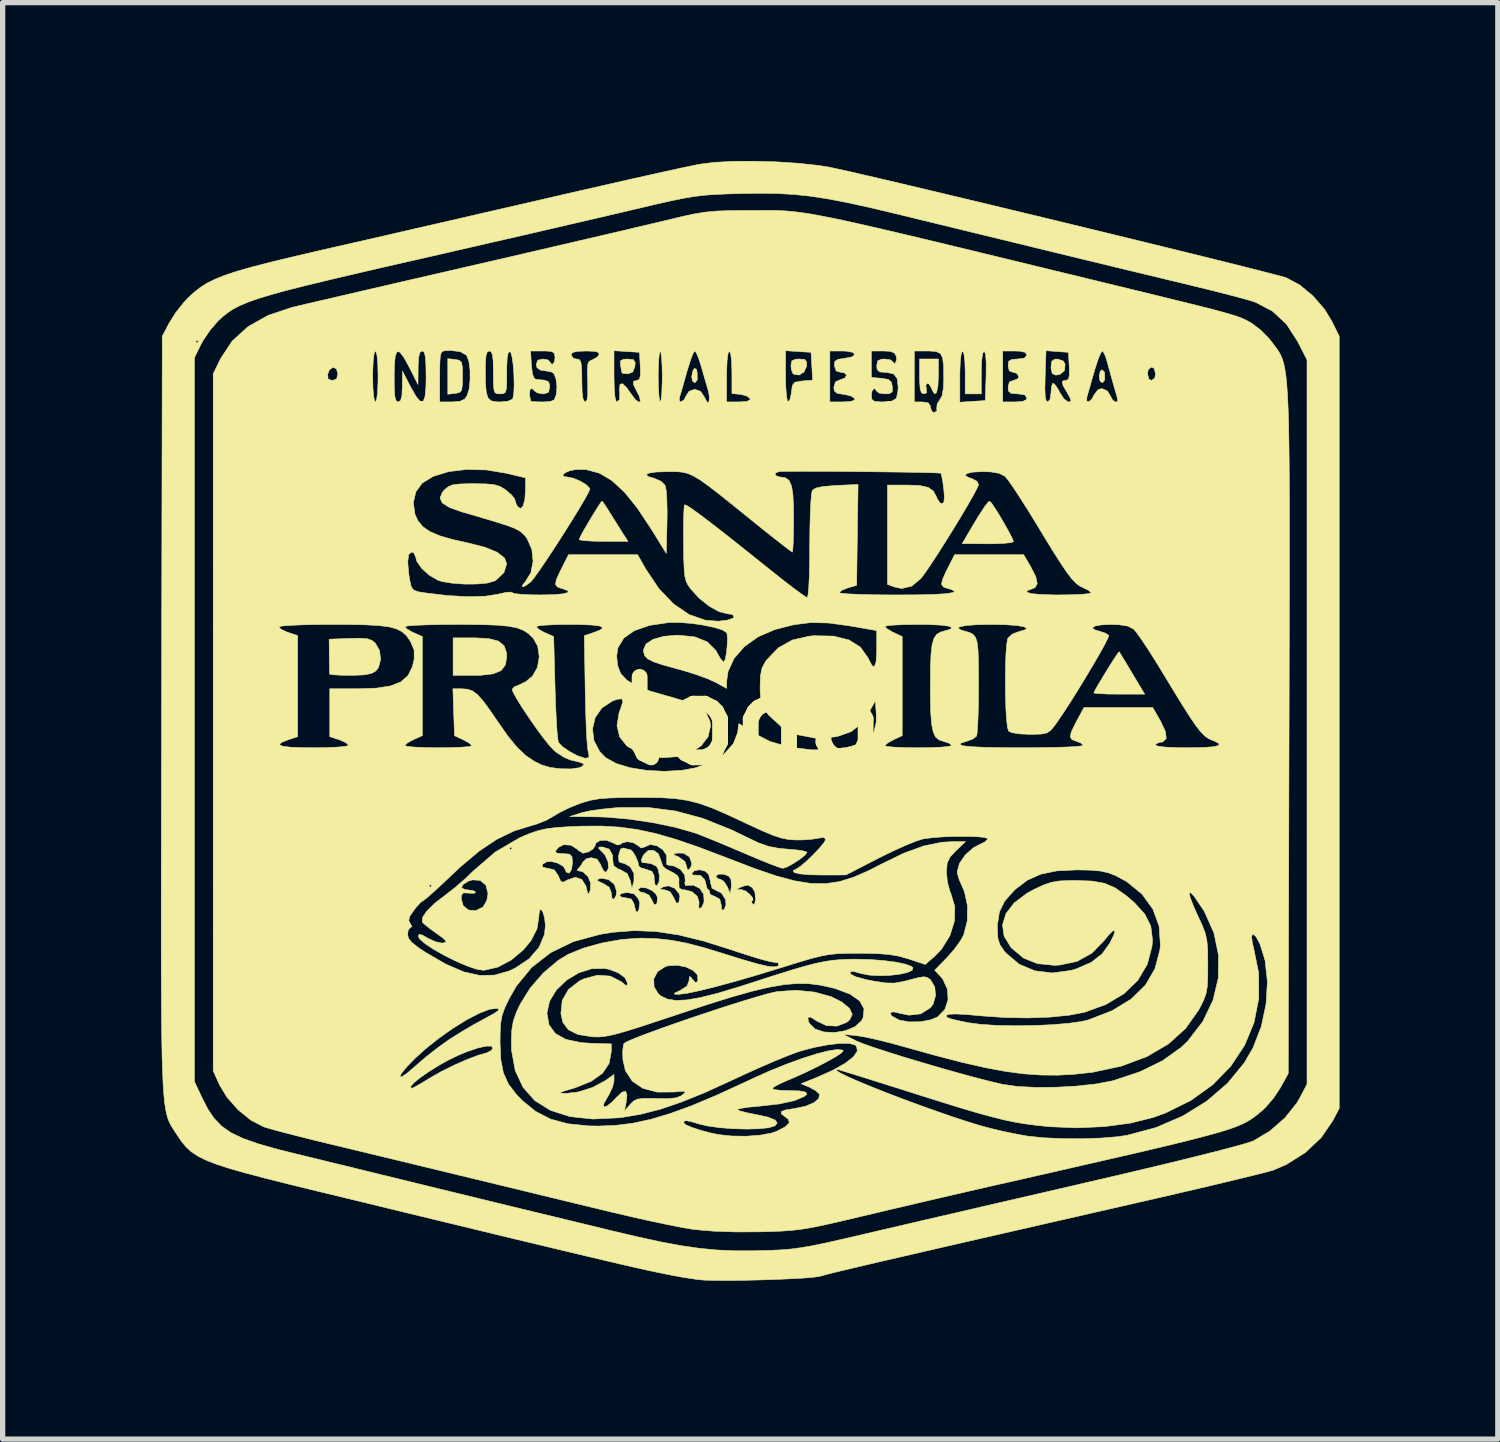
<source format=kicad_pcb>
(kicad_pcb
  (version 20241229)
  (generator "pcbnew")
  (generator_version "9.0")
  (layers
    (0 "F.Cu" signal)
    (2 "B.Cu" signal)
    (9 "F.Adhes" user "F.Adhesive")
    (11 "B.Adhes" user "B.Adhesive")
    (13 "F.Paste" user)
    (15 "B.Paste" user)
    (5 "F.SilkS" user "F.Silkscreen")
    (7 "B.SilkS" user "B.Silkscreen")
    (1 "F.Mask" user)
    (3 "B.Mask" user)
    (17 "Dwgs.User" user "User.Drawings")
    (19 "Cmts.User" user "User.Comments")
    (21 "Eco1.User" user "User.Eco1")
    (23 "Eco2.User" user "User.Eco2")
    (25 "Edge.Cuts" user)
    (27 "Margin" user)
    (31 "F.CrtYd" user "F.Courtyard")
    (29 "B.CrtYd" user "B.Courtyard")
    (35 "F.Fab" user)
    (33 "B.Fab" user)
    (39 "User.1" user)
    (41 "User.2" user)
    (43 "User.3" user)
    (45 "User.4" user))
  (footprint "logo"
    (layer "F.Cu")
    (at 11.175 10.611)
    (property "Reference" "logo" (at 0 0 0) (layer "F.SilkS") (effects (font (size 1.524 1.524) (thickness 0.3))))
    (attr through_hole)
    (fp_poly (pts (xy -1.027 -6.665) (xy -1.016 -6.607) (xy -1.014 -6.504) (xy -1.012 -6.466) (xy -1.047 -6.417) (xy -1.063 -6.411) (xy -1.103 -6.439) (xy -1.118 -6.521) (xy -1.099 -6.63) (xy -1.067 -6.68) (xy -1.027 -6.665)) (stroke (width 0.01) (type solid)) (fill yes) (layer "F.SilkS"))
    (fp_poly (pts (xy 6.7 -6.614) (xy 6.706 -6.579) (xy 6.708 -6.487) (xy 6.709 -6.466) (xy 6.674 -6.417) (xy 6.659 -6.411) (xy 6.619 -6.44) (xy 6.604 -6.524) (xy 6.621 -6.621) (xy 6.655 -6.655) (xy 6.7 -6.614)) (stroke (width 0.01) (type solid)) (fill yes) (layer "F.SilkS"))
    (fp_poly (pts (xy 5.922 -6.821) (xy 5.957 -6.761) (xy 5.946 -6.64) (xy 5.857 -6.566) (xy 5.781 -6.553) (xy 5.713 -6.583) (xy 5.69 -6.685) (xy 5.69 -6.706) (xy 5.704 -6.815) (xy 5.762 -6.855) (xy 5.811 -6.858) (xy 5.922 -6.821)) (stroke (width 0.01) (type solid)) (fill yes) (layer "F.SilkS"))
    (fp_poly (pts (xy -2.225 -6.847) (xy -2.19 -6.797) (xy -2.194 -6.722) (xy -2.234 -6.614) (xy -2.324 -6.578) (xy -2.415 -6.583) (xy -2.442 -6.6) (xy -2.454 -6.668) (xy -2.467 -6.744) (xy -2.468 -6.824) (xy -2.41 -6.854) (xy -2.333 -6.858) (xy -2.225 -6.847)) (stroke (width 0.01) (type solid)) (fill yes) (layer "F.SilkS"))
    (fp_poly (pts (xy 1.026 -6.848) (xy 1.061 -6.797) (xy 1.057 -6.718) (xy 1.009 -6.612) (xy 0.918 -6.555) (xy 0.821 -6.567) (xy 0.798 -6.585) (xy 0.77 -6.66) (xy 0.762 -6.739) (xy 0.78 -6.824) (xy 0.853 -6.855) (xy 0.918 -6.858) (xy 1.026 -6.848)) (stroke (width 0.01) (type solid)) (fill yes) (layer "F.SilkS"))
    (fp_poly (pts (xy -5.601 -6.849) (xy -5.523 -6.834) (xy -5.481 -6.796) (xy -5.464 -6.709) (xy -5.461 -6.548) (xy -5.461 -6.528) (xy -5.464 -6.359) (xy -5.479 -6.266) (xy -5.518 -6.224) (xy -5.591 -6.208) (xy -5.601 -6.207) (xy -5.74 -6.191) (xy -5.74 -6.865) (xy -5.601 -6.849)) (stroke (width 0.01) (type solid)) (fill yes) (layer "F.SilkS"))
    (fp_poly (pts (xy -4.964 -1.561) (xy -4.781 -1.513) (xy -4.673 -1.425) (xy -4.627 -1.29) (xy -4.623 -1.219) (xy -4.647 -1.063) (xy -4.729 -0.956) (xy -4.879 -0.893) (xy -5.111 -0.866) (xy -5.232 -0.864) (xy -5.639 -0.864) (xy -5.639 -1.575) (xy -5.232 -1.575) (xy -4.964 -1.561)) (stroke (width 0.01) (type solid)) (fill yes) (layer "F.SilkS"))
    (fp_poly (pts (xy 4.565 -4.125) (xy 4.636 -4.02) (xy 4.726 -3.875) (xy 4.819 -3.715) (xy 4.902 -3.565) (xy 4.96 -3.45) (xy 4.978 -3.398) (xy 4.931 -3.38) (xy 4.805 -3.366) (xy 4.62 -3.358) (xy 4.493 -3.357) (xy 4.008 -3.36) (xy 4.146 -3.598) (xy 4.31 -3.872) (xy 4.43 -4.057) (xy 4.505 -4.152) (xy 4.527 -4.165) (xy 4.565 -4.125)) (stroke (width 0.01) (type solid)) (fill yes) (layer "F.SilkS"))
    (fp_poly (pts (xy 3.556 -6.528) (xy 3.547 -6.34) (xy 3.522 -6.227) (xy 3.486 -6.197) (xy 3.443 -6.259) (xy 3.429 -6.299) (xy 3.382 -6.381) (xy 3.346 -6.401) (xy 3.318 -6.361) (xy 3.327 -6.299) (xy 3.331 -6.217) (xy 3.28 -6.198) (xy 3.236 -6.217) (xy 3.211 -6.289) (xy 3.201 -6.433) (xy 3.2 -6.528) (xy 3.2 -6.858) (xy 3.556 -6.858) (xy 3.556 -6.528)) (stroke (width 0.01) (type solid)) (fill yes) (layer "F.SilkS"))
    (fp_poly (pts (xy 7.011 -1.263) (xy 7.081 -1.149) (xy 7.177 -0.989) (xy 7.229 -0.902) (xy 7.465 -0.508) (xy 6.984 -0.508) (xy 6.777 -0.51) (xy 6.614 -0.517) (xy 6.519 -0.526) (xy 6.502 -0.532) (xy 6.526 -0.584) (xy 6.589 -0.695) (xy 6.676 -0.84) (xy 6.772 -0.998) (xy 6.864 -1.144) (xy 6.938 -1.256) (xy 6.978 -1.309) (xy 6.982 -1.311) (xy 7.011 -1.263)) (stroke (width 0.01) (type solid)) (fill yes) (layer "F.SilkS"))
    (fp_poly (pts (xy -2.786 -4.126) (xy -2.717 -4.023) (xy -2.639 -3.899) (xy -2.537 -3.735) (xy -2.446 -3.59) (xy -2.4 -3.518) (xy -2.325 -3.404) (xy -2.788 -3.404) (xy -2.991 -3.407) (xy -3.149 -3.417) (xy -3.239 -3.431) (xy -3.251 -3.439) (xy -3.227 -3.494) (xy -3.166 -3.607) (xy -3.081 -3.753) (xy -2.989 -3.907) (xy -2.904 -4.044) (xy -2.842 -4.138) (xy -2.818 -4.166) (xy -2.786 -4.126)) (stroke (width 0.01) (type solid)) (fill yes) (layer "F.SilkS"))
    (fp_poly (pts (xy -7.265 -1.558) (xy -7.179 -1.527) (xy -7.114 -1.475) (xy -7.033 -1.335) (xy -7.013 -1.166) (xy -7.054 -1.011) (xy -7.103 -0.948) (xy -7.188 -0.9) (xy -7.326 -0.873) (xy -7.539 -0.864) (xy -7.586 -0.864) (xy -7.771 -0.867) (xy -7.909 -0.875) (xy -7.976 -0.886) (xy -7.979 -0.889) (xy -7.981 -0.949) (xy -7.983 -1.081) (xy -7.985 -1.232) (xy -7.988 -1.549) (xy -7.603 -1.564) (xy -7.397 -1.568) (xy -7.265 -1.558)) (stroke (width 0.01) (type solid)) (fill yes) (layer "F.SilkS"))
    (fp_poly (pts (xy -1.938 1.64) (xy -1.422 1.707) (xy -0.906 1.846) (xy -0.368 2.062) (xy -0.086 2.198) (xy 0.145 2.309) (xy 0.334 2.376) (xy 0.524 2.413) (xy 0.691 2.428) (xy 0.872 2.444) (xy 1.005 2.465) (xy 1.065 2.486) (xy 1.067 2.489) (xy 1.027 2.543) (xy 0.929 2.621) (xy 0.804 2.703) (xy 0.686 2.767) (xy 0.607 2.792) (xy 0.536 2.772) (xy 0.391 2.718) (xy 0.19 2.638) (xy -0.048 2.538) (xy -0.152 2.493) (xy -0.419 2.38) (xy -0.673 2.274) (xy -0.89 2.186) (xy -1.047 2.126) (xy -1.077 2.116) (xy -1.439 2.013) (xy -1.862 1.926) (xy -2.304 1.86) (xy -2.725 1.823) (xy -2.887 1.817) (xy -3.429 1.81) (xy -3.2 1.738) (xy -3.046 1.704) (xy -2.828 1.672) (xy -2.583 1.647) (xy -2.476 1.64) (xy -1.938 1.64)) (stroke (width 0.01) (type solid)) (fill yes) (layer "F.SilkS"))
    (fp_poly (pts (xy 0.494 -10.594) (xy 0.905 -10.567) (xy 1.279 -10.527) (xy 1.473 -10.496) (xy 1.602 -10.469) (xy 1.817 -10.422) (xy 2.108 -10.355) (xy 2.467 -10.272) (xy 2.884 -10.174) (xy 3.351 -10.063) (xy 3.858 -9.942) (xy 4.396 -9.814) (xy 4.957 -9.679) (xy 5.531 -9.541) (xy 6.109 -9.401) (xy 6.682 -9.262) (xy 7.241 -9.126) (xy 7.777 -8.995) (xy 8.282 -8.871) (xy 8.745 -8.757) (xy 9.158 -8.654) (xy 9.512 -8.565) (xy 9.798 -8.492) (xy 10.006 -8.438) (xy 10.129 -8.404) (xy 10.151 -8.396) (xy 10.403 -8.261) (xy 10.652 -8.055) (xy 10.869 -7.806) (xy 11.008 -7.579) (xy 11.151 -7.29) (xy 11.151 7.341) (xy 11.032 7.569) (xy 10.81 7.894) (xy 10.509 8.178) (xy 10.15 8.404) (xy 9.904 8.51) (xy 9.809 8.538) (xy 9.625 8.585) (xy 9.365 8.649) (xy 9.038 8.728) (xy 8.657 8.819) (xy 8.231 8.918) (xy 7.773 9.025) (xy 7.366 9.118) (xy 6.457 9.326) (xy 5.642 9.512) (xy 4.917 9.678) (xy 4.275 9.825) (xy 3.712 9.954) (xy 3.224 10.067) (xy 2.804 10.164) (xy 2.448 10.246) (xy 2.151 10.316) (xy 1.908 10.373) (xy 1.713 10.419) (xy 1.563 10.456) (xy 1.451 10.484) (xy 1.373 10.505) (xy 1.324 10.519) (xy 1.321 10.52) (xy 1.22 10.537) (xy 1.038 10.554) (xy 0.794 10.568) (xy 0.507 10.581) (xy 0.197 10.591) (xy -0.115 10.599) (xy -0.411 10.602) (xy -0.67 10.601) (xy -0.874 10.596) (xy -0.991 10.586) (xy -1.102 10.57) (xy -1.213 10.553) (xy -1.328 10.534) (xy -1.454 10.511) (xy -1.597 10.483) (xy -1.76 10.45) (xy -1.952 10.409) (xy -2.176 10.359) (xy -2.438 10.299) (xy -2.745 10.227) (xy -3.101 10.143) (xy -3.512 10.045) (xy -3.984 9.932) (xy -4.523 9.803) (xy -5.133 9.655) (xy -5.821 9.489) (xy -6.592 9.302) (xy -7.451 9.093) (xy -8.204 8.911) (xy -8.751 8.777) (xy -9.208 8.662) (xy -9.585 8.563) (xy -9.891 8.475) (xy -10.137 8.395) (xy -10.331 8.318) (xy -10.483 8.241) (xy -10.603 8.161) (xy -10.699 8.072) (xy -10.782 7.972) (xy -10.861 7.856) (xy -10.876 7.834) (xy -10.917 7.771) (xy -10.954 7.714) (xy -10.988 7.659) (xy -11.018 7.6) (xy -11.044 7.532) (xy -11.068 7.45) (xy -11.088 7.35) (xy -11.106 7.225) (xy -11.121 7.07) (xy -11.134 6.882) (xy -11.144 6.654) (xy -11.153 6.381) (xy -11.159 6.059) (xy -11.164 5.682) (xy -11.167 5.245) (xy -11.169 4.743) (xy -11.17 4.171) (xy -11.17 3.523) (xy -11.169 2.796) (xy -11.168 1.983) (xy -11.166 1.079) (xy -11.164 0.08) (xy -11.164 -0.104) (xy -11.151 -6.883) (xy -10.541 -6.883) (xy -10.541 6.833) (xy -10.398 7.137) (xy -10.287 7.355) (xy -10.166 7.533) (xy -10.024 7.679) (xy -9.847 7.803) (xy -9.62 7.911) (xy -9.33 8.013) (xy -8.963 8.117) (xy -8.635 8.199) (xy -8.316 8.276) (xy -7.925 8.372) (xy -7.489 8.478) (xy -7.036 8.589) (xy -6.592 8.697) (xy -6.325 8.763) (xy -5.927 8.86) (xy -5.526 8.958) (xy -5.143 9.051) (xy -4.799 9.135) (xy -4.515 9.204) (xy -4.343 9.246) (xy -4.099 9.305) (xy -3.783 9.381) (xy -3.424 9.468) (xy -3.048 9.559) (xy -2.684 9.648) (xy -2.672 9.651) (xy -2.148 9.774) (xy -1.703 9.871) (xy -1.316 9.943) (xy -0.968 9.993) (xy -0.64 10.024) (xy -0.312 10.039) (xy 0.035 10.04) (xy 0.152 10.037) (xy 0.382 10.031) (xy 0.58 10.021) (xy 0.763 10.006) (xy 0.95 9.981) (xy 1.159 9.945) (xy 1.408 9.894) (xy 1.715 9.825) (xy 2.098 9.737) (xy 2.21 9.71) (xy 2.517 9.638) (xy 2.909 9.547) (xy 3.369 9.44) (xy 3.884 9.321) (xy 4.437 9.192) (xy 5.015 9.059) (xy 5.602 8.923) (xy 6.183 8.789) (xy 6.393 8.74) (xy 6.97 8.606) (xy 7.51 8.478) (xy 8.004 8.36) (xy 8.444 8.251) (xy 8.822 8.156) (xy 9.129 8.075) (xy 9.357 8.012) (xy 9.497 7.968) (xy 9.527 7.956) (xy 9.837 7.771) (xy 10.122 7.522) (xy 10.348 7.239) (xy 10.406 7.139) (xy 10.541 6.883) (xy 10.541 -6.843) (xy 10.363 -7.191) (xy 10.151 -7.52) (xy 9.888 -7.764) (xy 9.566 -7.933) (xy 9.541 -7.942) (xy 9.426 -7.977) (xy 9.23 -8.031) (xy 8.973 -8.098) (xy 8.672 -8.174) (xy 8.345 -8.254) (xy 8.255 -8.276) (xy 7.929 -8.354) (xy 7.528 -8.451) (xy 7.074 -8.56) (xy 6.592 -8.677) (xy 6.104 -8.795) (xy 5.635 -8.909) (xy 5.512 -8.939) (xy 5.053 -9.051) (xy 4.571 -9.168) (xy 4.089 -9.285) (xy 3.631 -9.397) (xy 3.218 -9.497) (xy 2.875 -9.581) (xy 2.793 -9.601) (xy 2.281 -9.723) (xy 1.847 -9.819) (xy 1.471 -9.891) (xy 1.136 -9.943) (xy 0.82 -9.976) (xy 0.505 -9.994) (xy 0.172 -9.999) (xy -0.178 -9.993) (xy -0.455 -9.986) (xy -0.682 -9.976) (xy -0.881 -9.961) (xy -1.073 -9.938) (xy -1.278 -9.903) (xy -1.516 -9.854) (xy -1.809 -9.788) (xy -2.177 -9.701) (xy -2.235 -9.688) (xy -2.514 -9.622) (xy -2.878 -9.537) (xy -3.313 -9.436) (xy -3.804 -9.322) (xy -4.339 -9.198) (xy -4.903 -9.069) (xy -5.481 -8.936) (xy -6.06 -8.803) (xy -6.35 -8.737) (xy -7.011 -8.586) (xy -7.58 -8.454) (xy -8.066 -8.339) (xy -8.477 -8.239) (xy -8.82 -8.152) (xy -9.104 -8.073) (xy -9.335 -8.003) (xy -9.523 -7.937) (xy -9.674 -7.873) (xy -9.797 -7.81) (xy -9.9 -7.744) (xy -9.991 -7.673) (xy -10.077 -7.594) (xy -10.094 -7.578) (xy -10.24 -7.41) (xy -10.375 -7.212) (xy -10.418 -7.133) (xy -10.541 -6.883) (xy -11.151 -6.883) (xy -11.151 -7.188) (xy -10.516 -7.188) (xy -10.49 -7.163) (xy -10.465 -7.188) (xy -10.49 -7.214) (xy -10.516 -7.188) (xy -11.151 -7.188) (xy -11.151 -7.29) (xy -11.015 -7.547) (xy -10.896 -7.735) (xy -10.743 -7.929) (xy -10.659 -8.019) (xy -10.547 -8.122) (xy -10.431 -8.213) (xy -10.301 -8.296) (xy -10.146 -8.372) (xy -9.957 -8.448) (xy -9.722 -8.525) (xy -9.432 -8.607) (xy -9.077 -8.698) (xy -8.646 -8.802) (xy -8.129 -8.922) (xy -7.95 -8.963) (xy -7.476 -9.071) (xy -6.926 -9.197) (xy -6.324 -9.336) (xy -5.693 -9.48) (xy -5.057 -9.627) (xy -4.438 -9.769) (xy -3.861 -9.902) (xy -3.734 -9.932) (xy -3.245 -10.044) (xy -2.772 -10.152) (xy -2.327 -10.253) (xy -1.922 -10.344) (xy -1.57 -10.422) (xy -1.283 -10.485) (xy -1.072 -10.529) (xy -0.965 -10.55) (xy -0.682 -10.585) (xy -0.326 -10.604) (xy 0.075 -10.606) (xy 0.494 -10.594)) (stroke (width 0.01) (type solid)) (fill yes) (layer "F.SilkS"))
    (fp_poly (pts (xy 0.404 -9.674) (xy 0.528 -9.671) (xy 0.653 -9.665) (xy 0.784 -9.654) (xy 0.928 -9.637) (xy 1.09 -9.614) (xy 1.276 -9.581) (xy 1.492 -9.539) (xy 1.744 -9.487) (xy 2.038 -9.422) (xy 2.379 -9.344) (xy 2.774 -9.252) (xy 3.229 -9.144) (xy 3.749 -9.019) (xy 4.34 -8.876) (xy 5.008 -8.714) (xy 5.76 -8.531) (xy 6.6 -8.327) (xy 7.214 -8.178) (xy 7.714 -8.056) (xy 8.126 -7.955) (xy 8.459 -7.873) (xy 8.724 -7.806) (xy 8.93 -7.751) (xy 9.088 -7.706) (xy 9.207 -7.669) (xy 9.298 -7.635) (xy 9.37 -7.603) (xy 9.434 -7.569) (xy 9.489 -7.538) (xy 9.648 -7.419) (xy 9.809 -7.26) (xy 9.88 -7.172) (xy 9.927 -7.108) (xy 9.97 -7.05) (xy 10.009 -6.993) (xy 10.043 -6.931) (xy 10.073 -6.859) (xy 10.1 -6.772) (xy 10.122 -6.664) (xy 10.142 -6.53) (xy 10.158 -6.364) (xy 10.172 -6.162) (xy 10.183 -5.918) (xy 10.192 -5.627) (xy 10.198 -5.283) (xy 10.203 -4.88) (xy 10.206 -4.415) (xy 10.207 -3.881) (xy 10.207 -3.273) (xy 10.207 -2.585) (xy 10.205 -1.813) (xy 10.203 -0.95) (xy 10.201 0.007) (xy 10.2 0.178) (xy 10.185 6.68) (xy 10.034 6.953) (xy 9.912 7.138) (xy 9.762 7.314) (xy 9.675 7.396) (xy 9.604 7.454) (xy 9.536 7.507) (xy 9.467 7.555) (xy 9.388 7.602) (xy 9.295 7.647) (xy 9.18 7.694) (xy 9.038 7.743) (xy 8.862 7.797) (xy 8.645 7.857) (xy 8.381 7.926) (xy 8.064 8.005) (xy 7.688 8.095) (xy 7.246 8.199) (xy 6.731 8.317) (xy 6.138 8.453) (xy 5.46 8.608) (xy 4.69 8.783) (xy 4.521 8.821) (xy 4.086 8.921) (xy 3.597 9.034) (xy 3.092 9.152) (xy 2.606 9.266) (xy 2.177 9.368) (xy 2.108 9.384) (xy 1.73 9.474) (xy 1.43 9.542) (xy 1.187 9.593) (xy 0.982 9.628) (xy 0.792 9.651) (xy 0.598 9.666) (xy 0.379 9.675) (xy 0.152 9.681) (xy -0.289 9.682) (xy -0.696 9.668) (xy -1.04 9.639) (xy -1.118 9.629) (xy -1.309 9.596) (xy -1.578 9.543) (xy -1.901 9.475) (xy -2.258 9.395) (xy -2.627 9.309) (xy -2.794 9.269) (xy -3.781 9.03) (xy -4.699 8.807) (xy -5.542 8.603) (xy -6.306 8.418) (xy -6.986 8.254) (xy -7.575 8.112) (xy -7.95 8.022) (xy -8.28 7.942) (xy -8.589 7.864) (xy -8.859 7.795) (xy -9.072 7.737) (xy -9.209 7.697) (xy -9.231 7.689) (xy -9.474 7.562) (xy -9.714 7.367) (xy -9.923 7.132) (xy -10.049 6.923) (xy -6.442 6.923) (xy -6.435 6.958) (xy -6.419 6.96) (xy -6.363 6.934) (xy -6.246 6.868) (xy -6.092 6.774) (xy -6.076 6.764) (xy -5.869 6.646) (xy -5.626 6.525) (xy -5.38 6.417) (xy -5.161 6.334) (xy -5.008 6.291) (xy -4.915 6.244) (xy -4.887 6.203) (xy -4.91 6.162) (xy -5.009 6.161) (xy -5.17 6.196) (xy -5.376 6.266) (xy -5.531 6.33) (xy -5.722 6.422) (xy -5.918 6.531) (xy -6.102 6.647) (xy -6.261 6.757) (xy -6.379 6.853) (xy -6.442 6.923) (xy -10.049 6.923) (xy -10.064 6.898) (xy -10.135 6.741) (xy -6.648 6.741) (xy -6.616 6.745) (xy -6.521 6.683) (xy -6.363 6.548) (xy -6.355 6.54) (xy -6.152 6.366) (xy -5.915 6.18) (xy -5.795 6.095) (xy -4.75 6.095) (xy -4.736 6.417) (xy -4.686 6.67) (xy -4.59 6.882) (xy -4.436 7.082) (xy -4.331 7.191) (xy -4.075 7.399) (xy -3.792 7.544) (xy -3.463 7.633) (xy -3.068 7.673) (xy -2.885 7.676) (xy -2.559 7.663) (xy -2.233 7.622) (xy -1.894 7.549) (xy -1.527 7.439) (xy -1.118 7.29) (xy -0.654 7.095) (xy -0.121 6.851) (xy 0 6.794) (xy 0.334 6.643) (xy 0.662 6.509) (xy 0.971 6.396) (xy 1.247 6.308) (xy 1.477 6.249) (xy 1.647 6.225) (xy 1.742 6.238) (xy 1.753 6.249) (xy 1.722 6.288) (xy 1.616 6.359) (xy 1.454 6.451) (xy 1.252 6.556) (xy 1.03 6.664) (xy 0.806 6.764) (xy 0.699 6.809) (xy 0.546 6.877) (xy 0.44 6.935) (xy 0.406 6.966) (xy 0.453 6.986) (xy 0.573 7) (xy 0.716 7.004) (xy 0.928 7.01) (xy 1.043 7.033) (xy 1.062 7.073) (xy 1.015 7.115) (xy 0.825 7.195) (xy 0.539 7.257) (xy 0.165 7.299) (xy -0.027 7.317) (xy -0.172 7.338) (xy -0.248 7.357) (xy -0.254 7.363) (xy -0.208 7.388) (xy -0.088 7.42) (xy 0.081 7.454) (xy 0.083 7.454) (xy 0.32 7.505) (xy 0.461 7.56) (xy 0.503 7.619) (xy 0.457 7.672) (xy 0.345 7.707) (xy 0.158 7.727) (xy -0.078 7.733) (xy -0.337 7.726) (xy -0.593 7.706) (xy -0.82 7.674) (xy -0.962 7.641) (xy -1.13 7.592) (xy -1.223 7.574) (xy -1.262 7.584) (xy -1.27 7.616) (xy -1.225 7.654) (xy -1.107 7.704) (xy -0.942 7.758) (xy -0.756 7.807) (xy -0.61 7.838) (xy -0.357 7.865) (xy -0.081 7.868) (xy 0.183 7.848) (xy 0.401 7.807) (xy 0.489 7.777) (xy 0.656 7.689) (xy 0.73 7.616) (xy 0.716 7.55) (xy 0.662 7.508) (xy 0.581 7.446) (xy 0.577 7.403) (xy 0.659 7.371) (xy 0.834 7.343) (xy 0.837 7.343) (xy 1.039 7.3) (xy 1.196 7.234) (xy 1.29 7.156) (xy 1.303 7.075) (xy 1.297 7.064) (xy 1.225 7.001) (xy 1.107 6.937) (xy 0.956 6.874) (xy 1.253 6.754) (xy 1.554 6.62) (xy 1.623 6.62) (xy 1.685 6.664) (xy 1.82 6.732) (xy 2.016 6.819) (xy 2.261 6.921) (xy 2.544 7.034) (xy 2.852 7.152) (xy 3.173 7.271) (xy 3.497 7.387) (xy 3.811 7.496) (xy 4.103 7.592) (xy 4.362 7.671) (xy 4.548 7.721) (xy 4.789 7.778) (xy 5.041 7.83) (xy 5.249 7.867) (xy 5.259 7.868) (xy 5.555 7.898) (xy 5.905 7.914) (xy 6.276 7.916) (xy 6.635 7.904) (xy 6.951 7.878) (xy 7.131 7.851) (xy 7.678 7.705) (xy 8.186 7.486) (xy 8.642 7.204) (xy 9.034 6.866) (xy 9.351 6.481) (xy 9.519 6.192) (xy 9.674 5.79) (xy 9.765 5.364) (xy 9.79 4.94) (xy 9.747 4.541) (xy 9.649 4.225) (xy 9.572 4.083) (xy 9.515 4.037) (xy 9.49 4.082) (xy 9.506 4.213) (xy 9.525 4.284) (xy 9.625 4.777) (xy 9.627 5.256) (xy 9.537 5.715) (xy 9.359 6.145) (xy 9.098 6.539) (xy 8.758 6.89) (xy 8.343 7.189) (xy 7.858 7.429) (xy 7.625 7.513) (xy 7.197 7.62) (xy 6.706 7.686) (xy 6.183 7.71) (xy 5.659 7.688) (xy 5.6 7.682) (xy 5.388 7.659) (xy 5.193 7.633) (xy 5.001 7.601) (xy 4.8 7.559) (xy 4.575 7.503) (xy 4.314 7.432) (xy 4.003 7.34) (xy 3.628 7.224) (xy 3.176 7.082) (xy 2.957 7.012) (xy 2.614 6.904) (xy 2.303 6.806) (xy 2.038 6.723) (xy 1.831 6.659) (xy 1.696 6.618) (xy 1.645 6.604) (xy 1.623 6.62) (xy 1.554 6.62) (xy 1.558 6.618) (xy 1.791 6.486) (xy 1.948 6.363) (xy 2.021 6.254) (xy 2.004 6.165) (xy 1.974 6.138) (xy 1.866 6.11) (xy 1.686 6.11) (xy 1.457 6.137) (xy 1.201 6.186) (xy 0.944 6.254) (xy 0.881 6.275) (xy 0.702 6.342) (xy 0.456 6.443) (xy 0.168 6.567) (xy -0.137 6.705) (xy -0.353 6.806) (xy -0.868 7.041) (xy -1.316 7.222) (xy -1.716 7.358) (xy -2.087 7.453) (xy -2.444 7.513) (xy -2.493 7.519) (xy -2.993 7.543) (xy -3.428 7.496) (xy -3.795 7.378) (xy -4.091 7.193) (xy -4.314 6.942) (xy -4.462 6.626) (xy -4.531 6.248) (xy -4.536 6.091) (xy -4.528 5.863) (xy -4.499 5.687) (xy -4.446 5.539) (xy -3.861 5.539) (xy -3.822 5.757) (xy -3.703 5.922) (xy -3.502 6.034) (xy -3.216 6.095) (xy -3.024 6.108) (xy -2.642 6.119) (xy -2.642 6.262) (xy -2.683 6.488) (xy -2.809 6.676) (xy -3.024 6.829) (xy -3.333 6.953) (xy -3.378 6.966) (xy -3.537 7.013) (xy -3.606 7.04) (xy -3.593 7.053) (xy -3.506 7.057) (xy -3.499 7.058) (xy -3.257 7.028) (xy -2.994 6.943) (xy -2.758 6.817) (xy -2.74 6.805) (xy -2.591 6.699) (xy -2.591 6.822) (xy -2.619 6.941) (xy -2.689 7.087) (xy -2.716 7.13) (xy -2.785 7.254) (xy -2.787 7.312) (xy -2.733 7.304) (xy -2.636 7.23) (xy -2.548 7.138) (xy -2.436 7.032) (xy -2.368 7.018) (xy -2.345 7.094) (xy -2.361 7.228) (xy -2.392 7.391) (xy -2.284 7.266) (xy -2.221 7.203) (xy -2.149 7.167) (xy -2.041 7.152) (xy -1.869 7.152) (xy -1.786 7.155) (xy -1.563 7.157) (xy -1.416 7.141) (xy -1.321 7.105) (xy -1.295 7.087) (xy -1.243 7.039) (xy -1.25 7.018) (xy -1.333 7.02) (xy -1.448 7.031) (xy -1.774 7.032) (xy -2.042 6.962) (xy -2.245 6.824) (xy -2.375 6.625) (xy -2.422 6.418) (xy -2.426 6.261) (xy -2.413 6.142) (xy -2.401 6.111) (xy -2.339 6.074) (xy -2.196 6.013) (xy -2.003 5.938) (xy 1.753 5.938) (xy 2.007 6.066) (xy 2.129 6.116) (xy 2.332 6.187) (xy 2.599 6.274) (xy 2.911 6.372) (xy 3.252 6.474) (xy 3.604 6.577) (xy 3.95 6.675) (xy 4.272 6.762) (xy 4.553 6.834) (xy 4.774 6.886) (xy 4.775 6.886) (xy 5.057 6.926) (xy 5.407 6.943) (xy 5.793 6.94) (xy 6.183 6.918) (xy 6.546 6.878) (xy 6.851 6.82) (xy 6.88 6.812) (xy 7.376 6.647) (xy 7.806 6.436) (xy 8.156 6.185) (xy 8.28 6.067) (xy 8.566 5.696) (xy 8.759 5.294) (xy 8.859 4.873) (xy 8.865 4.443) (xy 8.777 4.016) (xy 8.593 3.604) (xy 8.409 3.331) (xy 8.337 3.254) (xy 8.31 3.262) (xy 8.328 3.348) (xy 8.388 3.505) (xy 8.47 3.688) (xy 8.557 3.875) (xy 8.612 4.02) (xy 8.643 4.158) (xy 8.658 4.322) (xy 8.661 4.544) (xy 8.661 4.623) (xy 8.66 4.866) (xy 8.65 5.039) (xy 8.627 5.169) (xy 8.583 5.289) (xy 8.514 5.428) (xy 8.487 5.478) (xy 8.24 5.827) (xy 7.911 6.123) (xy 7.504 6.361) (xy 7.024 6.54) (xy 6.477 6.657) (xy 6.131 6.695) (xy 5.81 6.712) (xy 5.494 6.709) (xy 5.169 6.686) (xy 4.82 6.639) (xy 4.433 6.567) (xy 3.993 6.466) (xy 3.487 6.335) (xy 2.9 6.171) (xy 2.896 6.17) (xy 2.63 6.097) (xy 2.374 6.034) (xy 2.157 5.987) (xy 2.008 5.963) (xy 2.007 5.963) (xy 1.753 5.938) (xy -2.003 5.938) (xy -1.985 5.931) (xy -1.722 5.835) (xy -1.421 5.728) (xy -1.098 5.617) (xy -0.766 5.506) (xy -0.442 5.4) (xy -0.14 5.305) (xy 0.125 5.225) (xy 0.338 5.165) (xy 0.485 5.131) (xy 0.5 5.128) (xy 0.856 5.103) (xy 1.208 5.137) (xy 1.524 5.224) (xy 1.723 5.324) (xy 1.873 5.447) (xy 1.924 5.559) (xy 1.876 5.663) (xy 1.817 5.712) (xy 1.636 5.782) (xy 1.434 5.772) (xy 1.25 5.685) (xy 1.249 5.684) (xy 1.136 5.612) (xy 1.082 5.615) (xy 1.093 5.69) (xy 1.113 5.733) (xy 1.222 5.838) (xy 1.391 5.894) (xy 1.59 5.903) (xy 1.793 5.87) (xy 1.971 5.796) (xy 2.097 5.684) (xy 2.129 5.625) (xy 2.147 5.454) (xy 2.065 5.305) (xy 1.885 5.177) (xy 1.605 5.072) (xy 1.545 5.056) (xy 1.325 5.007) (xy 1.107 4.979) (xy 0.88 4.975) (xy 0.631 4.996) (xy 0.347 5.045) (xy 0.018 5.123) (xy -0.37 5.233) (xy -0.829 5.376) (xy -1.342 5.546) (xy -1.748 5.681) (xy -2.071 5.787) (xy -2.324 5.867) (xy -2.519 5.923) (xy -2.67 5.96) (xy -2.79 5.98) (xy -2.891 5.988) (xy -2.986 5.985) (xy -3.006 5.984) (xy -3.273 5.941) (xy -3.455 5.851) (xy -3.56 5.71) (xy -3.597 5.543) (xy -3.571 5.294) (xy -3.453 5.088) (xy -3.245 4.927) (xy -3.16 4.886) (xy -2.901 4.817) (xy -2.66 4.835) (xy -2.457 4.938) (xy -2.435 4.956) (xy -2.363 5.014) (xy -2.339 5) (xy -2.337 4.962) (xy -2.383 4.865) (xy -2.505 4.775) (xy -2.677 4.708) (xy -2.758 4.691) (xy -3.009 4.694) (xy -3.26 4.773) (xy -3.492 4.913) (xy -3.682 5.097) (xy -3.812 5.31) (xy -3.861 5.536) (xy -3.861 5.539) (xy -4.446 5.539) (xy -4.437 5.513) (xy -4.369 5.368) (xy -4.178 5.06) (xy -3.926 4.771) (xy -3.642 4.533) (xy -3.459 4.422) (xy -3.166 4.303) (xy -2.814 4.206) (xy -2.443 4.14) (xy -2.096 4.115) (xy -2.084 4.115) (xy -1.791 4.124) (xy -1.511 4.154) (xy -1.216 4.21) (xy -0.881 4.297) (xy -0.483 4.419) (xy -0.137 4.527) (xy 0.124 4.602) (xy 0.312 4.646) (xy 0.436 4.66) (xy 0.508 4.648) (xy 0.531 4.627) (xy 0.518 4.584) (xy 0.442 4.572) (xy 0.35 4.556) (xy 0.184 4.512) (xy -0.034 4.446) (xy -0.282 4.365) (xy -0.339 4.345) (xy -0.883 4.173) (xy -1.362 4.055) (xy -1.796 3.989) (xy -2.206 3.973) (xy -2.611 4.004) (xy -2.852 4.043) (xy -3.357 4.18) (xy -3.79 4.389) (xy -4.151 4.67) (xy -4.441 5.023) (xy -4.581 5.269) (xy -4.662 5.441) (xy -4.712 5.582) (xy -4.738 5.727) (xy -4.748 5.913) (xy -4.75 6.095) (xy -5.795 6.095) (xy -5.707 6.033) (xy -5.485 5.893) (xy -5.24 5.749) (xy -5.029 5.634) (xy -4.864 5.544) (xy -4.783 5.488) (xy -4.778 5.457) (xy -4.809 5.447) (xy -4.948 5.463) (xy -5.145 5.539) (xy -5.384 5.663) (xy -5.646 5.826) (xy -5.917 6.017) (xy -6.178 6.227) (xy -6.363 6.395) (xy -6.522 6.559) (xy -6.617 6.676) (xy -6.648 6.741) (xy -10.135 6.741) (xy -10.185 6.629) (xy -10.185 4.04) (xy -6.502 4.04) (xy -6.485 4.118) (xy -6.421 4.198) (xy -6.295 4.297) (xy -6.16 4.386) (xy -5.775 4.609) (xy -5.438 4.754) (xy -5.135 4.822) (xy -4.854 4.816) (xy -4.58 4.738) (xy -4.467 4.686) (xy -4.201 4.509) (xy -4.012 4.291) (xy -3.908 4.045) (xy -3.891 3.879) (xy -3.905 3.737) (xy -3.935 3.63) (xy -3.969 3.574) (xy -3.998 3.583) (xy -4.013 3.674) (xy -4.013 3.695) (xy -4.049 3.936) (xy -4.163 4.162) (xy -4.308 4.337) (xy -4.541 4.532) (xy -4.796 4.666) (xy -5.045 4.722) (xy -5.074 4.723) (xy -5.204 4.701) (xy -5.383 4.639) (xy -5.589 4.55) (xy -5.802 4.444) (xy -6 4.332) (xy -6.163 4.225) (xy -6.269 4.135) (xy -6.299 4.08) (xy -6.282 4.042) (xy -6.219 4.059) (xy -6.122 4.114) (xy -5.981 4.181) (xy -5.853 4.209) (xy -5.83 4.207) (xy -5.775 4.192) (xy -5.78 4.159) (xy -5.854 4.096) (xy -5.954 4.025) (xy -6.09 3.926) (xy -6.189 3.845) (xy -6.223 3.811) (xy -6.219 3.724) (xy -6.136 3.6) (xy -5.982 3.451) (xy -5.877 3.37) (xy -5.486 3.37) (xy -5.446 3.505) (xy -5.344 3.584) (xy -5.211 3.594) (xy -5.076 3.527) (xy -5.071 3.523) (xy -5 3.402) (xy -4.978 3.268) (xy -5.018 3.112) (xy -5.124 3.022) (xy -5.274 3.011) (xy -5.359 3.039) (xy -5.462 3.107) (xy -5.477 3.166) (xy -5.402 3.198) (xy -5.362 3.2) (xy -5.257 3.216) (xy -5.213 3.242) (xy -5.237 3.265) (xy -5.33 3.263) (xy -5.337 3.262) (xy -5.443 3.257) (xy -5.482 3.302) (xy -5.486 3.37) (xy -5.877 3.37) (xy -5.802 3.312) (xy -5.605 3.159) (xy -5.394 2.976) (xy -5.258 2.844) (xy -5.113 2.719) (xy -3.952 2.719) (xy -3.944 2.768) (xy -3.851 2.794) (xy -3.831 2.794) (xy -3.72 2.824) (xy -3.649 2.928) (xy -3.644 2.941) (xy -3.599 3.04) (xy -3.55 3.056) (xy -3.473 3.013) (xy -3.325 2.962) (xy -3.201 3.003) (xy -3.122 3.129) (xy -3.114 3.163) (xy -3.09 3.266) (xy -3.07 3.277) (xy -3.039 3.204) (xy -3.039 3.202) (xy -3.032 3.071) (xy -3.059 3.007) (xy -2.912 3.007) (xy -2.892 3.036) (xy -2.799 3.078) (xy -2.682 3.151) (xy -2.642 3.253) (xy -2.642 3.277) (xy -2.626 3.365) (xy -2.591 3.378) (xy -2.551 3.308) (xy -2.55 3.302) (xy -2.489 3.302) (xy -2.446 3.34) (xy -2.361 3.353) (xy -2.264 3.374) (xy -2.214 3.457) (xy -2.201 3.511) (xy -2.175 3.611) (xy -2.148 3.621) (xy -2.12 3.582) (xy -2.102 3.448) (xy -2.127 3.373) (xy -2.206 3.278) (xy -2.336 3.251) (xy -2.443 3.266) (xy -2.489 3.301) (xy -2.489 3.302) (xy -2.55 3.302) (xy -2.54 3.226) (xy -2.55 3.197) (xy -2.134 3.197) (xy -2.091 3.241) (xy -2.031 3.251) (xy -1.929 3.299) (xy -1.875 3.389) (xy -1.832 3.477) (xy -1.795 3.477) (xy -1.777 3.453) (xy -1.766 3.344) (xy -1.799 3.277) (xy -1.875 3.209) (xy -1.935 3.184) (xy -1.718 3.184) (xy -1.681 3.197) (xy -1.634 3.199) (xy -1.527 3.237) (xy -1.458 3.352) (xy -1.411 3.448) (xy -1.373 3.451) (xy -1.361 3.433) (xy -1.342 3.326) (xy -1.352 3.28) (xy -1.436 3.172) (xy -1.558 3.124) (xy -1.664 3.146) (xy -1.718 3.184) (xy -1.935 3.184) (xy -1.98 3.165) (xy -2.077 3.154) (xy -2.131 3.183) (xy -2.134 3.197) (xy -2.55 3.197) (xy -2.584 3.097) (xy -2.693 3.005) (xy -2.829 2.98) (xy -2.854 2.985) (xy -2.912 3.007) (xy -3.059 3.007) (xy -3.086 2.944) (xy -3.179 2.859) (xy -3.24 2.844) (xy -3.291 2.829) (xy -3.273 2.806) (xy -3.209 2.729) (xy -3.186 2.68) (xy -3.11 2.608) (xy -3.022 2.591) (xy -2.914 2.618) (xy -2.847 2.716) (xy -2.837 2.743) (xy -2.789 2.839) (xy -2.742 2.869) (xy -2.738 2.867) (xy -2.694 2.788) (xy -2.704 2.666) (xy -2.76 2.542) (xy -2.804 2.491) (xy -2.878 2.418) (xy -2.878 2.391) (xy -2.81 2.388) (xy -2.682 2.428) (xy -2.618 2.543) (xy -2.614 2.642) (xy -2.6 2.74) (xy -2.519 2.801) (xy -2.468 2.819) (xy -2.341 2.892) (xy -2.283 3.02) (xy -2.282 3.023) (xy -2.252 3.175) (xy -2.212 3.033) (xy -2.213 2.888) (xy -2.283 2.764) (xy -2.398 2.697) (xy -2.437 2.692) (xy -2.495 2.669) (xy -2.505 2.582) (xy -2.5 2.537) (xy -2.467 2.427) (xy -2.41 2.407) (xy -2.403 2.41) (xy -2.307 2.436) (xy -2.281 2.438) (xy -2.233 2.48) (xy -2.177 2.575) (xy -2.134 2.681) (xy -2.123 2.75) (xy -2.084 2.781) (xy -1.982 2.812) (xy -1.979 2.812) (xy -1.872 2.85) (xy -1.832 2.929) (xy -1.829 2.999) (xy -1.815 3.101) (xy -1.78 3.125) (xy -1.778 3.124) (xy -1.737 3.049) (xy -1.73 2.926) (xy -1.756 2.806) (xy -1.788 2.753) (xy -1.885 2.704) (xy -1.966 2.692) (xy -2.059 2.682) (xy -2.075 2.636) (xy -2.03 2.537) (xy -1.944 2.455) (xy -1.84 2.451) (xy -1.75 2.517) (xy -1.703 2.64) (xy -1.702 2.647) (xy -1.662 2.756) (xy -1.609 2.804) (xy -1.461 2.879) (xy -1.384 2.935) (xy -1.358 2.994) (xy -1.361 3.068) (xy -1.356 3.166) (xy -1.293 3.199) (xy -1.25 3.2) (xy -1.112 3.236) (xy -1.012 3.324) (xy -0.978 3.437) (xy -0.982 3.462) (xy -0.983 3.539) (xy -0.961 3.556) (xy -0.917 3.513) (xy -0.884 3.427) (xy -0.891 3.284) (xy -0.967 3.17) (xy -1.088 3.112) (xy -1.156 3.114) (xy -1.239 3.117) (xy -1.249 3.064) (xy -1.241 3.038) (xy -1.25 2.92) (xy -1.266 2.899) (xy -1.118 2.899) (xy -1.081 2.926) (xy -1.054 2.92) (xy -0.949 2.927) (xy -0.871 3.009) (xy -0.85 3.091) (xy -0.827 3.178) (xy -0.799 3.2) (xy -0.777 3.231) (xy -0.784 3.246) (xy -0.763 3.29) (xy -0.685 3.323) (xy -0.587 3.377) (xy -0.559 3.488) (xy -0.559 3.491) (xy -0.548 3.58) (xy -0.512 3.58) (xy -0.502 3.57) (xy -0.469 3.479) (xy -0.477 3.383) (xy -0.554 3.261) (xy -0.636 3.221) (xy -0.732 3.171) (xy -0.762 3.065) (xy -0.762 3.044) (xy -0.788 2.946) (xy -0.66 2.946) (xy -0.619 2.991) (xy -0.583 2.997) (xy -0.51 3.039) (xy -0.446 3.137) (xy -0.387 3.277) (xy -0.376 3.194) (xy -0.279 3.194) (xy -0.167 3.197) (xy -0.095 3.224) (xy -0.019 3.284) (xy 0.036 3.35) (xy 0.045 3.396) (xy 0.024 3.404) (xy 0.019 3.437) (xy 0.035 3.467) (xy 0.069 3.478) (xy 0.092 3.39) (xy 0.093 3.384) (xy 0.079 3.243) (xy 0.032 3.159) (xy -0.053 3.109) (xy -0.157 3.135) (xy -0.163 3.137) (xy -0.279 3.194) (xy -0.376 3.194) (xy -0.367 3.13) (xy -0.374 3.003) (xy -0.415 2.94) (xy -0.517 2.902) (xy -0.612 2.903) (xy -0.66 2.941) (xy -0.66 2.946) (xy -0.788 2.946) (xy -0.798 2.905) (xy -0.86 2.847) (xy -0.969 2.819) (xy -1.069 2.838) (xy -1.117 2.893) (xy -1.118 2.899) (xy -1.266 2.899) (xy -1.33 2.813) (xy -1.453 2.749) (xy -1.505 2.743) (xy -1.59 2.724) (xy -1.593 2.667) (xy -1.593 2.547) (xy -1.612 2.518) (xy -1.458 2.518) (xy -1.449 2.54) (xy -1.359 2.58) (xy -1.246 2.664) (xy -1.219 2.745) (xy -1.2 2.816) (xy -1.168 2.819) (xy -1.125 2.747) (xy -1.118 2.696) (xy -1.161 2.575) (xy -1.272 2.506) (xy -1.382 2.502) (xy -1.458 2.518) (xy -1.612 2.518) (xy -1.664 2.44) (xy -1.777 2.365) (xy -1.903 2.341) (xy -2.012 2.388) (xy -2.014 2.39) (xy -2.081 2.407) (xy -2.132 2.364) (xy -2.226 2.305) (xy -2.346 2.287) (xy -2.444 2.315) (xy -2.463 2.336) (xy -2.525 2.35) (xy -2.616 2.307) (xy -2.738 2.26) (xy -2.856 2.265) (xy -2.934 2.314) (xy -2.946 2.357) (xy -2.988 2.425) (xy -3.069 2.478) (xy -3.175 2.506) (xy -3.259 2.457) (xy -3.28 2.435) (xy -3.406 2.354) (xy -3.547 2.345) (xy -3.647 2.398) (xy -3.702 2.469) (xy -3.674 2.505) (xy -3.555 2.515) (xy -3.543 2.515) (xy -3.432 2.524) (xy -3.387 2.572) (xy -3.378 2.688) (xy -3.395 2.811) (xy -3.436 2.88) (xy -3.442 2.883) (xy -3.498 2.863) (xy -3.505 2.832) (xy -3.549 2.757) (xy -3.655 2.694) (xy -3.781 2.662) (xy -3.867 2.669) (xy -3.952 2.719) (xy -5.113 2.719) (xy -4.842 2.485) (xy -4.719 2.413) (xy -4.572 2.413) (xy -4.547 2.438) (xy -4.521 2.413) (xy -4.547 2.388) (xy -4.572 2.413) (xy -4.719 2.413) (xy -4.373 2.211) (xy -4.19 2.133) (xy -4.037 2.081) (xy -3.878 2.044) (xy -3.685 2.019) (xy -3.435 2.003) (xy -3.2 1.993) (xy -2.834 1.991) (xy -2.49 2.011) (xy -2.15 2.057) (xy -1.796 2.134) (xy -1.409 2.246) (xy -0.971 2.397) (xy -0.463 2.59) (xy -0.403 2.613) (xy 0.079 2.798) (xy 0.486 2.937) (xy 0.834 3.03) (xy 1.139 3.079) (xy 1.416 3.083) (xy 1.681 3.044) (xy 1.949 2.961) (xy 2.236 2.835) (xy 2.469 2.716) (xy 2.9 2.506) (xy 3.28 2.368) (xy 3.623 2.298) (xy 3.824 2.286) (xy 4.071 2.286) (xy 3.89 2.457) (xy 3.776 2.579) (xy 3.723 2.691) (xy 3.709 2.843) (xy 3.708 2.866) (xy 3.727 3.05) (xy 3.772 3.221) (xy 3.79 3.263) (xy 3.867 3.516) (xy 3.86 3.793) (xy 3.773 4.071) (xy 3.614 4.326) (xy 3.486 4.458) (xy 3.308 4.614) (xy 2.988 4.508) (xy 2.808 4.457) (xy 2.62 4.425) (xy 2.392 4.408) (xy 2.097 4.402) (xy 2.057 4.402) (xy 1.835 4.403) (xy 1.656 4.409) (xy 1.498 4.424) (xy 1.338 4.453) (xy 1.152 4.5) (xy 0.917 4.569) (xy 0.61 4.664) (xy 0.584 4.672) (xy 0.127 4.812) (xy -0.292 4.934) (xy -0.661 5.034) (xy -0.968 5.11) (xy -1.204 5.16) (xy -1.356 5.179) (xy -1.372 5.18) (xy -1.447 5.175) (xy -1.442 5.156) (xy -1.349 5.113) (xy -1.333 5.106) (xy -1.207 5.023) (xy -1.168 4.92) (xy -1.163 4.842) (xy -1.133 4.857) (xy -1.1 4.9) (xy -1.045 4.961) (xy -1.013 4.94) (xy -1.001 4.911) (xy -1.009 4.812) (xy -1.094 4.725) (xy -1.231 4.661) (xy -1.396 4.629) (xy -1.565 4.639) (xy -1.62 4.655) (xy -1.764 4.749) (xy -1.837 4.887) (xy -1.832 5.039) (xy -1.746 5.176) (xy -1.696 5.215) (xy -1.572 5.272) (xy -1.414 5.296) (xy -1.211 5.286) (xy -0.951 5.241) (xy -0.625 5.159) (xy -0.221 5.038) (xy -0.025 4.975) (xy 0.389 4.841) (xy 0.723 4.736) (xy 0.991 4.656) (xy 1.21 4.598) (xy 1.395 4.559) (xy 1.561 4.534) (xy 1.724 4.521) (xy 1.9 4.515) (xy 1.984 4.514) (xy 2.254 4.52) (xy 2.516 4.54) (xy 2.751 4.57) (xy 2.936 4.609) (xy 3.05 4.653) (xy 3.073 4.673) (xy 3.06 4.724) (xy 2.967 4.767) (xy 2.817 4.8) (xy 2.632 4.821) (xy 2.435 4.827) (xy 2.246 4.816) (xy 2.09 4.786) (xy 2.059 4.776) (xy 1.949 4.746) (xy 1.887 4.751) (xy 1.892 4.798) (xy 1.994 4.849) (xy 2.187 4.901) (xy 2.349 4.933) (xy 2.559 4.964) (xy 2.722 4.967) (xy 2.89 4.938) (xy 3.004 4.908) (xy 3.176 4.863) (xy 3.281 4.847) (xy 3.347 4.861) (xy 3.406 4.904) (xy 3.41 4.908) (xy 3.487 5.039) (xy 3.502 5.206) (xy 3.455 5.367) (xy 3.405 5.434) (xy 3.222 5.55) (xy 3 5.575) (xy 2.855 5.546) (xy 2.709 5.512) (xy 2.643 5.524) (xy 2.663 5.578) (xy 2.678 5.594) (xy 2.81 5.666) (xy 3.001 5.702) (xy 3.217 5.7) (xy 3.42 5.66) (xy 3.546 5.605) (xy 3.572 5.578) (xy 3.705 5.578) (xy 3.718 5.615) (xy 3.721 5.618) (xy 3.782 5.641) (xy 3.916 5.675) (xy 4.095 5.712) (xy 4.123 5.718) (xy 4.366 5.75) (xy 4.671 5.769) (xy 5.014 5.776) (xy 5.372 5.771) (xy 5.718 5.755) (xy 6.028 5.729) (xy 6.279 5.693) (xy 6.401 5.664) (xy 6.851 5.488) (xy 7.211 5.268) (xy 7.48 5.004) (xy 7.66 4.694) (xy 7.753 4.338) (xy 7.762 4.238) (xy 7.738 3.887) (xy 7.62 3.565) (xy 7.415 3.282) (xy 7.129 3.047) (xy 6.917 2.932) (xy 6.778 2.877) (xy 6.628 2.844) (xy 6.438 2.827) (xy 6.177 2.822) (xy 6.172 2.822) (xy 5.798 2.841) (xy 5.496 2.903) (xy 5.244 3.016) (xy 5.017 3.187) (xy 4.987 3.216) (xy 4.81 3.416) (xy 4.712 3.618) (xy 4.675 3.858) (xy 4.674 3.933) (xy 4.682 4.112) (xy 4.72 4.238) (xy 4.803 4.359) (xy 4.838 4.4) (xy 5.085 4.608) (xy 5.382 4.734) (xy 5.714 4.775) (xy 6.066 4.728) (xy 6.179 4.694) (xy 6.456 4.572) (xy 6.659 4.413) (xy 6.804 4.211) (xy 6.882 4.052) (xy 6.899 3.974) (xy 6.859 3.978) (xy 6.77 4.069) (xy 6.706 4.15) (xy 6.465 4.399) (xy 6.18 4.557) (xy 5.847 4.626) (xy 5.752 4.63) (xy 5.432 4.598) (xy 5.17 4.493) (xy 4.948 4.307) (xy 4.928 4.285) (xy 4.801 4.078) (xy 4.771 3.864) (xy 4.836 3.652) (xy 4.99 3.45) (xy 5.232 3.267) (xy 5.37 3.191) (xy 5.549 3.108) (xy 5.695 3.058) (xy 5.847 3.032) (xy 6.043 3.023) (xy 6.171 3.023) (xy 6.47 3.034) (xy 6.703 3.076) (xy 6.906 3.163) (xy 7.112 3.308) (xy 7.263 3.437) (xy 7.467 3.66) (xy 7.581 3.889) (xy 7.613 4.147) (xy 7.604 4.271) (xy 7.514 4.612) (xy 7.335 4.914) (xy 7.071 5.169) (xy 6.727 5.374) (xy 6.325 5.52) (xy 6.032 5.576) (xy 5.665 5.612) (xy 5.249 5.627) (xy 4.811 5.619) (xy 4.397 5.59) (xy 4.095 5.563) (xy 3.884 5.552) (xy 3.757 5.557) (xy 3.705 5.578) (xy 3.572 5.578) (xy 3.678 5.468) (xy 3.739 5.285) (xy 3.728 5.085) (xy 3.642 4.896) (xy 3.596 4.84) (xy 3.486 4.722) (xy 3.722 4.482) (xy 3.86 4.324) (xy 3.978 4.16) (xy 4.036 4.053) (xy 4.103 3.79) (xy 4.107 3.502) (xy 4.05 3.234) (xy 4.013 3.15) (xy 3.95 3.006) (xy 3.915 2.886) (xy 3.912 2.86) (xy 3.955 2.7) (xy 4.067 2.537) (xy 4.22 2.402) (xy 4.319 2.35) (xy 4.435 2.293) (xy 4.491 2.242) (xy 4.491 2.228) (xy 4.429 2.207) (xy 4.29 2.193) (xy 4.098 2.187) (xy 3.877 2.188) (xy 3.651 2.196) (xy 3.445 2.211) (xy 3.282 2.232) (xy 3.251 2.239) (xy 3.119 2.282) (xy 2.923 2.362) (xy 2.688 2.469) (xy 2.44 2.59) (xy 2.413 2.604) (xy 1.803 2.918) (xy 1.338 2.919) (xy 1.102 2.914) (xy 0.927 2.897) (xy 0.824 2.871) (xy 0.803 2.838) (xy 0.864 2.805) (xy 0.943 2.755) (xy 1.059 2.656) (xy 1.188 2.531) (xy 1.307 2.405) (xy 1.393 2.3) (xy 1.422 2.241) (xy 1.383 2.206) (xy 1.283 2.221) (xy 1.152 2.242) (xy 0.971 2.254) (xy 0.853 2.255) (xy 0.718 2.246) (xy 0.583 2.219) (xy 0.425 2.168) (xy 0.225 2.084) (xy -0.041 1.962) (xy -0.087 1.94) (xy -0.439 1.776) (xy -0.725 1.652) (xy -0.97 1.564) (xy -1.198 1.506) (xy -1.433 1.471) (xy -1.699 1.454) (xy -2.022 1.45) (xy -2.134 1.45) (xy -2.45 1.452) (xy -2.687 1.46) (xy -2.868 1.474) (xy -3.015 1.499) (xy -3.151 1.535) (xy -3.246 1.567) (xy -3.442 1.646) (xy -3.622 1.734) (xy -3.728 1.799) (xy -3.876 1.883) (xy -4.063 1.956) (xy -4.14 1.978) (xy -4.486 2.085) (xy -4.814 2.244) (xy -5.143 2.464) (xy -5.494 2.758) (xy -5.638 2.893) (xy -5.829 3.074) (xy -5.995 3.227) (xy -6.122 3.339) (xy -6.195 3.398) (xy -6.207 3.404) (xy -6.257 3.44) (xy -6.341 3.533) (xy -6.379 3.582) (xy -6.461 3.702) (xy -6.48 3.78) (xy -6.452 3.836) (xy -6.418 3.899) (xy -6.445 3.912) (xy -6.488 3.955) (xy -6.502 4.04) (xy -10.185 4.04) (xy -10.185 3.124) (xy -6.096 3.124) (xy -6.071 3.15) (xy -6.045 3.124) (xy -6.071 3.099) (xy -6.096 3.124) (xy -10.185 3.124) (xy -10.185 -1.782) (xy -8.941 -1.782) (xy -8.898 -1.737) (xy -8.791 -1.686) (xy -8.763 -1.676) (xy -8.585 -1.618) (xy -8.585 0.297) (xy -8.763 0.356) (xy -8.893 0.408) (xy -8.932 0.448) (xy -8.876 0.477) (xy -8.725 0.497) (xy -8.475 0.506) (xy -8.28 0.508) (xy -8.03 0.505) (xy -7.824 0.495) (xy -7.682 0.481) (xy -7.621 0.464) (xy -7.62 0.461) (xy -7.663 0.416) (xy -7.77 0.365) (xy -7.798 0.356) (xy -7.976 0.297) (xy -7.976 -0.61) (xy -7.448 -0.61) (xy -7.092 -0.622) (xy -6.823 -0.664) (xy -6.627 -0.741) (xy -6.494 -0.86) (xy -6.411 -1.027) (xy -6.377 -1.168) (xy -6.378 -1.347) (xy -6.451 -1.514) (xy -6.521 -1.613) (xy -6.602 -1.688) (xy -6.709 -1.744) (xy -6.854 -1.783) (xy -6.887 -1.787) (xy -6.553 -1.787) (xy -6.511 -1.741) (xy -6.409 -1.682) (xy -6.388 -1.673) (xy -6.223 -1.6) (xy -6.223 0.279) (xy -6.388 0.352) (xy -6.498 0.411) (xy -6.552 0.461) (xy -6.553 0.466) (xy -6.506 0.482) (xy -6.376 0.495) (xy -6.183 0.504) (xy -5.946 0.508) (xy -5.918 0.508) (xy -5.678 0.505) (xy -5.479 0.497) (xy -5.342 0.486) (xy -5.285 0.472) (xy -5.284 0.47) (xy -5.326 0.425) (xy -5.429 0.366) (xy -5.449 0.356) (xy -5.613 0.279) (xy -5.643 -0.61) (xy -5.485 -0.61) (xy -5.371 -0.602) (xy -5.274 -0.57) (xy -5.18 -0.501) (xy -5.073 -0.383) (xy -4.939 -0.2) (xy -4.804 -0.002) (xy -4.603 0.285) (xy -4.429 0.498) (xy -4.266 0.653) (xy -4.097 0.767) (xy -3.96 0.834) (xy -3.799 0.881) (xy -3.602 0.906) (xy -3.407 0.909) (xy -3.253 0.887) (xy -3.202 0.866) (xy -3.161 0.832) (xy -3.176 0.805) (xy -3.262 0.776) (xy -3.415 0.74) (xy -3.54 0.687) (xy -3.685 0.592) (xy -3.729 0.556) (xy -3.814 0.464) (xy -3.932 0.317) (xy -4.066 0.134) (xy -4.204 -0.064) (xy -4.333 -0.257) (xy -4.437 -0.425) (xy -4.504 -0.549) (xy -4.521 -0.6) (xy -4.478 -0.647) (xy -4.39 -0.682) (xy -4.264 -0.743) (xy -4.14 -0.844) (xy -4.136 -0.848) (xy -4.041 -1.015) (xy -4.007 -1.218) (xy -4.037 -1.419) (xy -4.122 -1.571) (xy -4.21 -1.654) (xy -4.307 -1.718) (xy -4.429 -1.764) (xy -4.547 -1.787) (xy -4.064 -1.787) (xy -4.022 -1.741) (xy -3.92 -1.682) (xy -3.899 -1.673) (xy -3.734 -1.6) (xy -3.708 -0.635) (xy -3.698 -0.328) (xy -3.685 -0.053) (xy -3.672 0.172) (xy -3.657 0.331) (xy -3.644 0.406) (xy -3.644 0.406) (xy -3.569 0.486) (xy -3.437 0.577) (xy -3.287 0.657) (xy -3.157 0.702) (xy -3.131 0.706) (xy -3.066 0.693) (xy -3.068 0.625) (xy -3.078 0.597) (xy -3.091 0.513) (xy -3.105 0.344) (xy -3.115 0.151) (xy -2.998 0.151) (xy -2.971 0.371) (xy -2.863 0.578) (xy -2.746 0.698) (xy -2.55 0.806) (xy -2.282 0.887) (xy -1.967 0.937) (xy -1.632 0.954) (xy -1.303 0.935) (xy -1.041 0.887) (xy -0.739 0.776) (xy -0.498 0.62) (xy -0.33 0.432) (xy -0.248 0.223) (xy -0.243 0.187) (xy -0.232 0.087) (xy -0.223 0.051) (xy -0.179 0.077) (xy -0.076 0.144) (xy 0.046 0.225) (xy 0.368 0.39) (xy 0.751 0.499) (xy 1.168 0.548) (xy 1.469 0.542) (xy 1.81 0.503) (xy 2.061 0.439) (xy 2.233 0.343) (xy 2.335 0.208) (xy 2.378 0.025) (xy 2.378 -0.14) (xy 2.362 -0.381) (xy 2.235 -0.157) (xy 2.083 0.061) (xy 1.904 0.201) (xy 1.668 0.286) (xy 1.587 0.303) (xy 1.226 0.326) (xy 0.886 0.261) (xy 0.585 0.113) (xy 0.339 -0.112) (xy 0.316 -0.141) (xy 0.238 -0.26) (xy 0.196 -0.38) (xy 0.179 -0.54) (xy 0.178 -0.656) (xy 0.185 -0.86) (xy 0.214 -1.001) (xy 0.273 -1.116) (xy 0.301 -1.155) (xy 0.524 -1.386) (xy 0.79 -1.534) (xy 1.116 -1.608) (xy 1.198 -1.615) (xy 1.567 -1.608) (xy 1.86 -1.536) (xy 2.079 -1.398) (xy 2.225 -1.192) (xy 2.237 -1.163) (xy 2.299 -1.046) (xy 2.344 -1.029) (xy 2.374 -1.112) (xy 2.387 -1.293) (xy 2.388 -1.364) (xy 2.388 -1.712) (xy 1.938 -1.791) (xy 2.541 -1.791) (xy 2.583 -1.746) (xy 2.685 -1.686) (xy 2.706 -1.676) (xy 2.87 -1.6) (xy 2.87 0.279) (xy 2.706 0.356) (xy 2.597 0.416) (xy 2.543 0.464) (xy 2.541 0.47) (xy 2.588 0.484) (xy 2.718 0.496) (xy 2.911 0.505) (xy 3.147 0.508) (xy 3.175 0.508) (xy 3.416 0.505) (xy 3.614 0.496) (xy 3.752 0.482) (xy 3.809 0.465) (xy 3.81 0.464) (xy 3.766 0.424) (xy 3.66 0.389) (xy 3.657 0.388) (xy 3.569 0.359) (xy 3.503 0.304) (xy 3.458 0.208) (xy 3.428 0.058) (xy 3.411 -0.158) (xy 3.404 -0.456) (xy 3.404 -0.66) (xy 3.406 -1.005) (xy 3.416 -1.261) (xy 3.437 -1.444) (xy 3.472 -1.566) (xy 3.525 -1.642) (xy 3.598 -1.685) (xy 3.655 -1.701) (xy 3.782 -1.738) (xy 3.799 -1.757) (xy 3.928 -1.757) (xy 3.987 -1.722) (xy 4.051 -1.703) (xy 4.144 -1.677) (xy 4.212 -1.642) (xy 4.259 -1.585) (xy 4.29 -1.49) (xy 4.307 -1.343) (xy 4.315 -1.131) (xy 4.317 -0.838) (xy 4.317 -0.667) (xy 4.315 -0.373) (xy 4.309 -0.112) (xy 4.3 0.097) (xy 4.289 0.237) (xy 4.279 0.288) (xy 4.205 0.344) (xy 4.102 0.382) (xy 3.988 0.418) (xy 3.963 0.448) (xy 4.027 0.471) (xy 4.185 0.488) (xy 4.436 0.5) (xy 4.786 0.506) (xy 5.131 0.508) (xy 5.468 0.506) (xy 5.766 0.501) (xy 6.011 0.493) (xy 6.188 0.482) (xy 6.285 0.47) (xy 6.299 0.463) (xy 6.256 0.418) (xy 6.172 0.386) (xy 6.087 0.353) (xy 6.054 0.3) (xy 6.075 0.206) (xy 6.15 0.051) (xy 6.18 -0.006) (xy 6.315 -0.254) (xy 7.618 -0.254) (xy 7.769 0.01) (xy 7.859 0.204) (xy 7.873 0.332) (xy 7.808 0.397) (xy 7.741 0.406) (xy 7.677 0.436) (xy 7.671 0.457) (xy 7.72 0.479) (xy 7.858 0.496) (xy 8.075 0.506) (xy 8.28 0.508) (xy 8.576 0.503) (xy 8.773 0.488) (xy 8.871 0.463) (xy 8.872 0.426) (xy 8.778 0.378) (xy 8.744 0.365) (xy 8.673 0.334) (xy 8.603 0.283) (xy 8.525 0.204) (xy 8.432 0.084) (xy 8.316 -0.086) (xy 8.17 -0.316) (xy 7.985 -0.618) (xy 7.852 -0.838) (xy 7.691 -1.102) (xy 7.54 -1.34) (xy 7.41 -1.536) (xy 7.312 -1.675) (xy 7.257 -1.74) (xy 7.147 -1.797) (xy 6.976 -1.824) (xy 6.83 -1.829) (xy 6.641 -1.82) (xy 6.519 -1.797) (xy 6.474 -1.764) (xy 6.515 -1.728) (xy 6.603 -1.702) (xy 6.72 -1.664) (xy 6.785 -1.621) (xy 6.767 -1.567) (xy 6.705 -1.443) (xy 6.606 -1.265) (xy 6.481 -1.05) (xy 6.339 -0.813) (xy 6.19 -0.569) (xy 6.043 -0.335) (xy 5.907 -0.127) (xy 5.793 0.04) (xy 5.757 0.089) (xy 5.685 0.177) (xy 5.613 0.226) (xy 5.511 0.248) (xy 5.347 0.254) (xy 5.291 0.254) (xy 5.095 0.245) (xy 4.949 0.221) (xy 4.887 0.193) (xy 4.865 0.122) (xy 4.848 -0.03) (xy 4.835 -0.241) (xy 4.827 -0.489) (xy 4.825 -0.753) (xy 4.827 -1.013) (xy 4.835 -1.247) (xy 4.848 -1.433) (xy 4.867 -1.551) (xy 4.875 -1.571) (xy 4.957 -1.646) (xy 5.082 -1.694) (xy 5.202 -1.728) (xy 5.228 -1.76) (xy 5.168 -1.788) (xy 5.028 -1.81) (xy 4.818 -1.824) (xy 4.572 -1.829) (xy 4.289 -1.824) (xy 4.084 -1.809) (xy 3.962 -1.786) (xy 3.928 -1.757) (xy 3.799 -1.757) (xy 3.812 -1.77) (xy 3.75 -1.797) (xy 3.6 -1.816) (xy 3.366 -1.827) (xy 3.175 -1.829) (xy 2.935 -1.826) (xy 2.736 -1.818) (xy 2.599 -1.807) (xy 2.542 -1.792) (xy 2.541 -1.791) (xy 1.938 -1.791) (xy 1.873 -1.802) (xy 1.481 -1.856) (xy 1.142 -1.864) (xy 0.818 -1.824) (xy 0.47 -1.735) (xy 0.456 -1.731) (xy 0.14 -1.595) (xy -0.121 -1.408) (xy -0.316 -1.184) (xy -0.43 -0.935) (xy -0.456 -0.753) (xy -0.457 -0.617) (xy -0.673 -0.736) (xy -0.818 -0.801) (xy -1.027 -0.877) (xy -1.266 -0.952) (xy -1.393 -0.987) (xy -1.658 -1.06) (xy -1.838 -1.12) (xy -1.951 -1.177) (xy -2.009 -1.238) (xy -2.031 -1.313) (xy -2.032 -1.347) (xy -1.984 -1.458) (xy -1.851 -1.546) (xy -1.647 -1.604) (xy -1.387 -1.626) (xy -1.378 -1.626) (xy -1.062 -1.594) (xy -0.823 -1.499) (xy -0.664 -1.34) (xy -0.634 -1.287) (xy -0.571 -1.176) (xy -0.518 -1.12) (xy -0.511 -1.118) (xy -0.485 -1.163) (xy -0.462 -1.274) (xy -0.447 -1.416) (xy -0.441 -1.555) (xy -0.449 -1.654) (xy -0.457 -1.674) (xy -0.535 -1.724) (xy -0.688 -1.772) (xy -0.891 -1.815) (xy -1.118 -1.848) (xy -1.343 -1.866) (xy -1.54 -1.866) (xy -1.549 -1.865) (xy -1.917 -1.811) (xy -2.203 -1.712) (xy -2.404 -1.571) (xy -2.516 -1.388) (xy -2.54 -1.234) (xy -2.523 -1.049) (xy -2.463 -0.898) (xy -2.349 -0.774) (xy -2.169 -0.666) (xy -1.913 -0.568) (xy -1.568 -0.469) (xy -1.522 -0.457) (xy -1.206 -0.362) (xy -0.982 -0.258) (xy -0.841 -0.139) (xy -0.772 0.003) (xy -0.762 0.1) (xy -0.809 0.301) (xy -0.939 0.47) (xy -1.136 0.598) (xy -1.385 0.676) (xy -1.67 0.696) (xy -1.811 0.683) (xy -2.118 0.605) (xy -2.343 0.477) (xy -2.483 0.303) (xy -2.534 0.088) (xy -2.493 -0.161) (xy -2.467 -0.229) (xy -2.423 -0.363) (xy -2.442 -0.42) (xy -2.533 -0.41) (xy -2.624 -0.376) (xy -2.822 -0.245) (xy -2.948 -0.062) (xy -2.998 0.151) (xy -3.115 0.151) (xy -3.117 0.109) (xy -3.127 -0.177) (xy -3.135 -0.495) (xy -3.136 -0.567) (xy -3.153 -1.616) (xy -2.974 -1.676) (xy -2.842 -1.728) (xy -2.804 -1.769) (xy -2.86 -1.799) (xy -3.013 -1.818) (xy -3.265 -1.828) (xy -3.429 -1.829) (xy -3.67 -1.826) (xy -3.868 -1.817) (xy -4.006 -1.805) (xy -4.063 -1.789) (xy -4.064 -1.787) (xy -4.547 -1.787) (xy -4.589 -1.795) (xy -4.803 -1.815) (xy -5.086 -1.825) (xy -5.452 -1.829) (xy -5.561 -1.829) (xy -5.866 -1.827) (xy -6.133 -1.821) (xy -6.347 -1.813) (xy -6.491 -1.802) (xy -6.552 -1.789) (xy -6.553 -1.787) (xy -6.887 -1.787) (xy -7.052 -1.808) (xy -7.315 -1.822) (xy -7.658 -1.828) (xy -7.923 -1.829) (xy -8.252 -1.827) (xy -8.531 -1.82) (xy -8.747 -1.81) (xy -8.888 -1.798) (xy -8.941 -1.783) (xy -8.941 -1.782) (xy -10.185 -1.782) (xy -10.185 -3.015) (xy -6.499 -3.015) (xy -6.48 -2.788) (xy -6.461 -2.667) (xy -6.434 -2.546) (xy -6.389 -2.481) (xy -6.296 -2.447) (xy -6.171 -2.427) (xy -5.742 -2.376) (xy -5.356 -2.355) (xy -5.032 -2.363) (xy -4.788 -2.402) (xy -4.642 -2.435) (xy -4.545 -2.442) (xy -4.521 -2.431) (xy -4.474 -2.413) (xy -4.346 -2.399) (xy -4.159 -2.39) (xy -3.988 -2.388) (xy -3.732 -2.393) (xy -3.555 -2.409) (xy -3.463 -2.434) (xy -3.462 -2.466) (xy -3.555 -2.503) (xy -3.581 -2.51) (xy -3.665 -2.54) (xy -3.699 -2.589) (xy -3.683 -2.677) (xy -3.616 -2.826) (xy -3.581 -2.897) (xy -3.453 -3.15) (xy -2.143 -3.15) (xy -1.992 -2.883) (xy -1.742 -2.509) (xy -1.465 -2.219) (xy -1.169 -2.017) (xy -0.859 -1.908) (xy -0.614 -1.89) (xy -0.443 -1.911) (xy -0.338 -1.946) (xy -0.317 -1.968) (xy -0.343 -2.017) (xy -0.445 -2.032) (xy -0.6 -2.071) (xy -0.785 -2.174) (xy -0.973 -2.323) (xy -1.135 -2.5) (xy -1.136 -2.501) (xy -1.188 -2.574) (xy -1.224 -2.648) (xy -1.248 -2.742) (xy -1.261 -2.876) (xy -1.269 -3.069) (xy -1.273 -3.343) (xy -1.273 -3.371) (xy -1.274 -3.627) (xy -1.271 -3.845) (xy -1.265 -4.006) (xy -1.257 -4.09) (xy -1.254 -4.097) (xy -1.212 -4.083) (xy -1.107 -4.015) (xy -0.938 -3.892) (xy -0.701 -3.711) (xy -0.393 -3.47) (xy -0.012 -3.168) (xy 0.372 -2.86) (xy 0.593 -2.685) (xy 0.787 -2.535) (xy 0.942 -2.42) (xy 1.041 -2.351) (xy 1.07 -2.337) (xy 1.086 -2.385) (xy 1.099 -2.523) (xy 1.11 -2.736) (xy 1.116 -3.013) (xy 1.118 -3.315) (xy 1.121 -3.624) (xy 1.128 -3.9) (xy 1.138 -4.128) (xy 1.151 -4.289) (xy 1.166 -4.367) (xy 1.167 -4.368) (xy 1.233 -4.413) (xy 1.373 -4.443) (xy 1.6 -4.461) (xy 1.625 -4.463) (xy 2.034 -4.481) (xy 2.02 -3.525) (xy 2.007 -2.569) (xy 1.841 -2.522) (xy 1.73 -2.478) (xy 1.677 -2.435) (xy 1.676 -2.431) (xy 1.725 -2.418) (xy 1.86 -2.407) (xy 2.068 -2.398) (xy 2.333 -2.391) (xy 2.641 -2.388) (xy 2.769 -2.388) (xy 3.185 -2.39) (xy 3.501 -2.399) (xy 3.718 -2.413) (xy 3.838 -2.434) (xy 3.863 -2.461) (xy 3.793 -2.494) (xy 3.734 -2.51) (xy 3.65 -2.54) (xy 3.616 -2.589) (xy 3.633 -2.677) (xy 3.699 -2.826) (xy 3.735 -2.897) (xy 3.863 -3.15) (xy 5.172 -3.15) (xy 5.304 -2.925) (xy 5.402 -2.732) (xy 5.429 -2.603) (xy 5.388 -2.527) (xy 5.334 -2.504) (xy 5.236 -2.468) (xy 5.235 -2.437) (xy 5.325 -2.412) (xy 5.501 -2.396) (xy 5.757 -2.388) (xy 5.842 -2.388) (xy 6.077 -2.391) (xy 6.27 -2.399) (xy 6.402 -2.412) (xy 6.452 -2.427) (xy 6.452 -2.427) (xy 6.409 -2.471) (xy 6.308 -2.521) (xy 6.308 -2.521) (xy 6.236 -2.555) (xy 6.165 -2.609) (xy 6.085 -2.692) (xy 5.99 -2.816) (xy 5.872 -2.991) (xy 5.722 -3.227) (xy 5.533 -3.535) (xy 5.413 -3.734) (xy 5.251 -3.997) (xy 5.1 -4.235) (xy 4.971 -4.431) (xy 4.872 -4.571) (xy 4.818 -4.636) (xy 4.71 -4.692) (xy 4.543 -4.72) (xy 4.389 -4.724) (xy 4.205 -4.715) (xy 4.095 -4.689) (xy 4.064 -4.654) (xy 4.123 -4.614) (xy 4.191 -4.593) (xy 4.286 -4.542) (xy 4.318 -4.481) (xy 4.292 -4.415) (xy 4.22 -4.279) (xy 4.113 -4.092) (xy 3.981 -3.868) (xy 3.833 -3.625) (xy 3.679 -3.379) (xy 3.531 -3.145) (xy 3.397 -2.941) (xy 3.287 -2.783) (xy 3.222 -2.697) (xy 3.051 -2.555) (xy 2.862 -2.51) (xy 2.721 -2.539) (xy 2.591 -2.588) (xy 2.591 -4.47) (xy 2.968 -4.47) (xy 3.205 -4.461) (xy 3.362 -4.426) (xy 3.461 -4.356) (xy 3.522 -4.241) (xy 3.531 -4.216) (xy 3.583 -4.134) (xy 3.626 -4.115) (xy 3.661 -4.146) (xy 3.669 -4.249) (xy 3.658 -4.392) (xy 3.637 -4.55) (xy 3.615 -4.661) (xy 3.603 -4.695) (xy 3.55 -4.699) (xy 3.411 -4.704) (xy 3.2 -4.709) (xy 2.933 -4.714) (xy 2.625 -4.718) (xy 2.291 -4.722) (xy 1.946 -4.726) (xy 1.606 -4.729) (xy 1.284 -4.73) (xy 0.998 -4.731) (xy 0.761 -4.73) (xy 0.588 -4.728) (xy 0.546 -4.727) (xy 0.468 -4.7) (xy 0.469 -4.652) (xy 0.544 -4.623) (xy 0.555 -4.623) (xy 0.654 -4.609) (xy 0.725 -4.56) (xy 0.771 -4.46) (xy 0.799 -4.297) (xy 0.811 -4.055) (xy 0.813 -3.832) (xy 0.811 -3.592) (xy 0.806 -3.394) (xy 0.798 -3.257) (xy 0.789 -3.201) (xy 0.788 -3.2) (xy 0.743 -3.231) (xy 0.631 -3.316) (xy 0.465 -3.446) (xy 0.258 -3.61) (xy 0.02 -3.801) (xy -0.023 -3.836) (xy -0.345 -4.096) (xy -0.6 -4.3) (xy -0.8 -4.454) (xy -0.956 -4.565) (xy -1.082 -4.641) (xy -1.188 -4.688) (xy -1.288 -4.713) (xy -1.393 -4.723) (xy -1.516 -4.724) (xy -1.582 -4.724) (xy -1.792 -4.717) (xy -1.927 -4.697) (xy -1.98 -4.667) (xy -1.944 -4.632) (xy -1.828 -4.597) (xy -1.702 -4.543) (xy -1.624 -4.467) (xy -1.603 -4.376) (xy -1.59 -4.206) (xy -1.584 -3.979) (xy -1.586 -3.772) (xy -1.6 -3.175) (xy -1.88 -3.629) (xy -2.145 -4.029) (xy -2.393 -4.337) (xy -2.633 -4.557) (xy -2.871 -4.697) (xy -3.115 -4.762) (xy -3.302 -4.766) (xy -3.425 -4.743) (xy -3.517 -4.703) (xy -3.561 -4.661) (xy -3.539 -4.63) (xy -3.479 -4.623) (xy -3.364 -4.6) (xy -3.231 -4.545) (xy -3.115 -4.475) (xy -3.052 -4.41) (xy -3.048 -4.395) (xy -3.075 -4.33) (xy -3.148 -4.197) (xy -3.257 -4.012) (xy -3.393 -3.791) (xy -3.543 -3.552) (xy -3.699 -3.31) (xy -3.849 -3.082) (xy -3.983 -2.883) (xy -4.091 -2.731) (xy -4.163 -2.64) (xy -4.175 -2.629) (xy -4.272 -2.559) (xy -4.326 -2.543) (xy -4.32 -2.58) (xy -4.272 -2.636) (xy -4.165 -2.81) (xy -4.124 -3.026) (xy -4.148 -3.253) (xy -4.238 -3.457) (xy -4.288 -3.521) (xy -4.336 -3.568) (xy -4.395 -3.609) (xy -4.477 -3.651) (xy -4.598 -3.698) (xy -4.77 -3.754) (xy -5.008 -3.826) (xy -5.324 -3.919) (xy -5.471 -3.961) (xy -5.706 -4.044) (xy -5.844 -4.131) (xy -5.887 -4.227) (xy -5.84 -4.337) (xy -5.795 -4.387) (xy -5.729 -4.441) (xy -5.644 -4.474) (xy -5.515 -4.49) (xy -5.318 -4.496) (xy -5.244 -4.496) (xy -5.02 -4.492) (xy -4.868 -4.479) (xy -4.761 -4.448) (xy -4.669 -4.396) (xy -4.636 -4.372) (xy -4.531 -4.282) (xy -4.473 -4.208) (xy -4.47 -4.194) (xy -4.443 -4.108) (xy -4.419 -4.064) (xy -4.362 -4.023) (xy -4.314 -4.07) (xy -4.28 -4.194) (xy -4.268 -4.373) (xy -4.267 -4.606) (xy -4.617 -4.691) (xy -5.003 -4.756) (xy -5.378 -4.766) (xy -5.722 -4.725) (xy -6.015 -4.635) (xy -6.225 -4.507) (xy -6.346 -4.341) (xy -6.393 -4.133) (xy -6.362 -3.916) (xy -6.306 -3.795) (xy -6.213 -3.681) (xy -6.079 -3.588) (xy -5.889 -3.507) (xy -5.627 -3.433) (xy -5.359 -3.374) (xy -5.037 -3.292) (xy -4.804 -3.196) (xy -4.666 -3.089) (xy -4.624 -2.98) (xy -4.676 -2.812) (xy -4.818 -2.675) (xy -4.861 -2.65) (xy -4.991 -2.613) (xy -5.187 -2.595) (xy -5.416 -2.593) (xy -5.645 -2.609) (xy -5.839 -2.64) (xy -5.927 -2.667) (xy -6.092 -2.763) (xy -6.235 -2.892) (xy -6.328 -3.027) (xy -6.35 -3.111) (xy -6.386 -3.187) (xy -6.426 -3.2) (xy -6.481 -3.154) (xy -6.499 -3.015) (xy -10.185 -3.015) (xy -10.185 -6.565) (xy -8.017 -6.565) (xy -8.007 -6.476) (xy -7.929 -6.452) (xy -7.928 -6.452) (xy -7.847 -6.479) (xy -7.835 -6.528) (xy -7.163 -6.528) (xy -7.158 -6.3) (xy -7.144 -6.137) (xy -7.122 -6.053) (xy -7.112 -6.045) (xy -7.088 -6.093) (xy -7.071 -6.227) (xy -7.062 -6.432) (xy -7.061 -6.528) (xy -6.756 -6.528) (xy -6.754 -6.298) (xy -6.744 -6.152) (xy -6.724 -6.074) (xy -6.691 -6.046) (xy -6.68 -6.045) (xy -6.635 -6.07) (xy -6.61 -6.157) (xy -6.602 -6.325) (xy -6.602 -6.337) (xy -6.599 -6.629) (xy -6.448 -6.337) (xy -6.342 -6.15) (xy -6.262 -6.055) (xy -6.206 -6.054) (xy -6.171 -6.15) (xy -6.154 -6.343) (xy -6.151 -6.528) (xy -5.893 -6.528) (xy -5.893 -6.045) (xy -5.666 -6.045) (xy -5.511 -6.056) (xy -5.421 -6.099) (xy -5.376 -6.16) (xy -5.336 -6.287) (xy -5.318 -6.463) (xy -5.319 -6.642) (xy -5.029 -6.642) (xy -5.025 -6.388) (xy -5.01 -6.218) (xy -4.975 -6.116) (xy -4.913 -6.064) (xy -4.815 -6.047) (xy -4.749 -6.045) (xy -4.601 -6.059) (xy -4.516 -6.097) (xy -4.508 -6.109) (xy -4.493 -6.188) (xy -4.193 -6.188) (xy -4.169 -6.058) (xy -4.122 -6.05) (xy -4.005 -6.046) (xy -3.941 -6.045) (xy -3.8 -6.052) (xy -3.727 -6.083) (xy -3.693 -6.157) (xy -3.684 -6.191) (xy -3.672 -6.334) (xy -3.689 -6.475) (xy -3.727 -6.579) (xy -3.765 -6.61) (xy -3.856 -6.628) (xy -3.861 -6.629) (xy -3.956 -6.645) (xy -3.988 -6.648) (xy -4.05 -6.696) (xy -4.064 -6.756) (xy -4.034 -6.836) (xy -3.937 -6.858) (xy -3.842 -6.841) (xy -3.81 -6.807) (xy -3.771 -6.758) (xy -3.759 -6.756) (xy -3.721 -6.8) (xy -3.708 -6.883) (xy -3.714 -6.934) (xy -3.404 -6.934) (xy -3.361 -6.872) (xy -3.302 -6.858) (xy -3.251 -6.85) (xy -3.221 -6.81) (xy -3.206 -6.72) (xy -3.201 -6.559) (xy -3.2 -6.452) (xy -3.195 -6.23) (xy -3.177 -6.099) (xy -3.146 -6.047) (xy -3.137 -6.045) (xy -3.104 -6.076) (xy -3.088 -6.176) (xy -3.088 -6.36) (xy -3.09 -6.43) (xy -3.093 -6.531) (xy -2.591 -6.531) (xy -2.586 -6.302) (xy -2.572 -6.138) (xy -2.55 -6.053) (xy -2.54 -6.045) (xy -2.489 -6.086) (xy -2.484 -6.109) (xy -2.483 -6.209) (xy -2.487 -6.287) (xy -2.476 -6.381) (xy -2.427 -6.389) (xy -2.347 -6.311) (xy -2.286 -6.223) (xy -2.189 -6.092) (xy -2.119 -6.039) (xy -2.089 -6.061) (xy -2.112 -6.156) (xy -2.159 -6.248) (xy -2.221 -6.373) (xy -2.222 -6.434) (xy -2.161 -6.452) (xy -2.156 -6.452) (xy -2.11 -6.472) (xy -2.095 -6.528) (xy -1.753 -6.528) (xy -1.749 -6.321) (xy -1.739 -6.158) (xy -1.724 -6.062) (xy -1.714 -6.045) (xy -1.698 -6.092) (xy -1.695 -6.119) (xy -1.354 -6.119) (xy -1.348 -6.056) (xy -1.321 -6.045) (xy -1.261 -6.088) (xy -1.234 -6.145) (xy -1.168 -6.246) (xy -1.063 -6.284) (xy -0.96 -6.251) (xy -0.933 -6.222) (xy -0.87 -6.124) (xy -0.847 -6.076) (xy -0.815 -6.025) (xy -0.791 -6.051) (xy -0.783 -6.128) (xy -0.796 -6.23) (xy -0.804 -6.258) (xy -0.847 -6.403) (xy -0.883 -6.528) (xy -0.457 -6.528) (xy -0.457 -6.045) (xy -0.224 -6.045) (xy -0.073 -6.055) (xy -0.012 -6.086) (xy -0.012 -6.109) (xy -0.073 -6.157) (xy -0.189 -6.188) (xy -0.194 -6.188) (xy -0.356 -6.204) (xy -0.356 -6.531) (xy 0.66 -6.531) (xy 0.665 -6.321) (xy 0.678 -6.157) (xy 0.696 -6.061) (xy 0.708 -6.045) (xy 0.743 -6.09) (xy 0.768 -6.202) (xy 0.772 -6.236) (xy 0.79 -6.361) (xy 0.838 -6.418) (xy 0.95 -6.439) (xy 0.98 -6.442) (xy 1.173 -6.458) (xy 1.158 -6.722) (xy 1.143 -6.985) (xy 0.902 -7) (xy 0.747 -7.01) (xy 1.499 -7.01) (xy 1.499 -6.045) (xy 1.744 -6.045) (xy 1.901 -6.054) (xy 1.967 -6.083) (xy 1.969 -6.109) (xy 1.909 -6.154) (xy 1.789 -6.185) (xy 1.761 -6.188) (xy 1.636 -6.209) (xy 1.584 -6.256) (xy 1.575 -6.324) (xy 1.607 -6.427) (xy 1.685 -6.461) (xy 1.785 -6.498) (xy 1.817 -6.553) (xy 1.775 -6.596) (xy 1.717 -6.604) (xy 1.621 -6.631) (xy 1.587 -6.728) (xy 1.593 -6.812) (xy 1.65 -6.852) (xy 1.762 -6.868) (xy 1.915 -6.897) (xy 1.973 -6.94) (xy 1.937 -6.983) (xy 1.81 -7.008) (xy 1.744 -7.01) (xy 2.286 -7.01) (xy 2.286 -6.509) (xy 2.477 -6.493) (xy 2.605 -6.472) (xy 2.664 -6.422) (xy 2.683 -6.337) (xy 2.683 -6.24) (xy 2.631 -6.203) (xy 2.543 -6.198) (xy 2.435 -6.212) (xy 2.388 -6.247) (xy 2.388 -6.248) (xy 2.349 -6.298) (xy 2.337 -6.299) (xy 2.299 -6.256) (xy 2.286 -6.172) (xy 2.296 -6.093) (xy 2.343 -6.056) (xy 2.457 -6.046) (xy 2.509 -6.045) (xy 2.673 -6.06) (xy 2.755 -6.109) (xy 2.763 -6.126) (xy 2.788 -6.241) (xy 2.794 -6.325) (xy 2.775 -6.489) (xy 2.707 -6.576) (xy 2.576 -6.604) (xy 2.56 -6.604) (xy 2.442 -6.614) (xy 2.395 -6.66) (xy 2.388 -6.731) (xy 2.404 -6.822) (xy 2.474 -6.855) (xy 2.54 -6.858) (xy 2.647 -6.842) (xy 2.692 -6.805) (xy 2.692 -6.804) (xy 2.723 -6.772) (xy 2.738 -6.779) (xy 2.765 -6.845) (xy 2.758 -6.909) (xy 2.72 -6.975) (xy 2.634 -7.005) (xy 2.509 -7.01) (xy 3.099 -7.01) (xy 3.099 -6.045) (xy 3.251 -6.045) (xy 3.363 -6.029) (xy 3.402 -5.97) (xy 3.404 -5.944) (xy 3.435 -5.861) (xy 3.478 -5.842) (xy 3.53 -5.876) (xy 3.524 -5.917) (xy 3.533 -6.009) (xy 3.576 -6.073) (xy 3.626 -6.162) (xy 3.652 -6.317) (xy 3.658 -6.502) (xy 3.657 -6.525) (xy 3.962 -6.525) (xy 3.962 -6.04) (xy 4.445 -6.071) (xy 4.46 -6.54) (xy 4.462 -6.784) (xy 4.451 -6.942) (xy 4.427 -7.009) (xy 4.422 -7.01) (xy 4.775 -7.01) (xy 4.775 -6.045) (xy 5.004 -6.045) (xy 5.154 -6.055) (xy 5.223 -6.089) (xy 5.232 -6.121) (xy 5.194 -6.178) (xy 5.071 -6.197) (xy 5.055 -6.198) (xy 4.934 -6.207) (xy 4.885 -6.25) (xy 4.881 -6.291) (xy 5.574 -6.291) (xy 5.581 -6.139) (xy 5.601 -6.062) (xy 5.626 -6.045) (xy 5.672 -6.091) (xy 5.69 -6.216) (xy 5.69 -6.223) (xy 5.7 -6.341) (xy 5.726 -6.399) (xy 5.731 -6.401) (xy 5.777 -6.359) (xy 5.84 -6.257) (xy 5.857 -6.223) (xy 5.931 -6.108) (xy 6.007 -6.048) (xy 6.023 -6.045) (xy 6.068 -6.057) (xy 6.068 -6.059) (xy 6.367 -6.059) (xy 6.407 -6.05) (xy 6.465 -6.101) (xy 6.502 -6.172) (xy 6.58 -6.276) (xy 6.655 -6.299) (xy 6.757 -6.253) (xy 6.807 -6.172) (xy 6.86 -6.078) (xy 6.908 -6.045) (xy 6.942 -6.047) (xy 6.954 -6.067) (xy 6.944 -6.128) (xy 6.908 -6.256) (xy 6.887 -6.328) (xy 6.83 -6.529) (xy 6.817 -6.579) (xy 7.518 -6.579) (xy 7.545 -6.476) (xy 7.595 -6.452) (xy 7.656 -6.496) (xy 7.671 -6.579) (xy 7.644 -6.681) (xy 7.595 -6.706) (xy 7.533 -6.661) (xy 7.518 -6.579) (xy 6.817 -6.579) (xy 6.774 -6.733) (xy 6.758 -6.795) (xy 6.716 -6.925) (xy 6.674 -7.002) (xy 6.661 -7.01) (xy 6.629 -6.965) (xy 6.58 -6.845) (xy 6.524 -6.673) (xy 6.507 -6.617) (xy 6.451 -6.42) (xy 6.403 -6.252) (xy 6.373 -6.146) (xy 6.369 -6.134) (xy 6.367 -6.059) (xy 6.068 -6.059) (xy 6.06 -6.108) (xy 5.999 -6.216) (xy 5.921 -6.351) (xy 5.899 -6.422) (xy 5.931 -6.449) (xy 5.972 -6.452) (xy 6.018 -6.472) (xy 6.038 -6.547) (xy 6.036 -6.698) (xy 6.035 -6.718) (xy 6.02 -6.985) (xy 5.807 -7) (xy 5.595 -7.016) (xy 5.579 -6.53) (xy 5.574 -6.291) (xy 4.881 -6.291) (xy 4.877 -6.325) (xy 4.901 -6.424) (xy 4.978 -6.452) (xy 5.061 -6.483) (xy 5.08 -6.528) (xy 5.038 -6.59) (xy 4.978 -6.604) (xy 4.899 -6.634) (xy 4.877 -6.731) (xy 4.89 -6.817) (xy 4.95 -6.852) (xy 5.055 -6.858) (xy 5.186 -6.875) (xy 5.232 -6.927) (xy 5.232 -6.934) (xy 5.202 -6.984) (xy 5.101 -7.007) (xy 5.004 -7.01) (xy 4.775 -7.01) (xy 4.422 -7.01) (xy 4.394 -6.962) (xy 4.376 -6.828) (xy 4.369 -6.622) (xy 4.369 -6.604) (xy 4.369 -6.198) (xy 4.064 -6.198) (xy 4.064 -6.604) (xy 4.058 -6.805) (xy 4.042 -6.947) (xy 4.018 -7.009) (xy 4.013 -7.01) (xy 3.989 -6.962) (xy 3.972 -6.828) (xy 3.963 -6.623) (xy 3.962 -6.525) (xy 3.657 -6.525) (xy 3.654 -6.733) (xy 3.636 -6.881) (xy 3.593 -6.964) (xy 3.512 -7.001) (xy 3.383 -7.01) (xy 3.347 -7.01) (xy 3.099 -7.01) (xy 2.509 -7.01) (xy 2.286 -7.01) (xy 1.744 -7.01) (xy 1.499 -7.01) (xy 0.747 -7.01) (xy 0.66 -7.016) (xy 0.66 -6.531) (xy -0.356 -6.531) (xy -0.356 -6.607) (xy -0.362 -6.807) (xy -0.378 -6.948) (xy -0.402 -7.009) (xy -0.406 -7.01) (xy -0.43 -6.962) (xy -0.448 -6.828) (xy -0.456 -6.624) (xy -0.457 -6.528) (xy -0.883 -6.528) (xy -0.902 -6.594) (xy -0.937 -6.718) (xy -0.987 -6.873) (xy -1.033 -6.979) (xy -1.06 -7.01) (xy -1.092 -6.965) (xy -1.139 -6.844) (xy -1.194 -6.67) (xy -1.214 -6.602) (xy -1.269 -6.404) (xy -1.317 -6.238) (xy -1.349 -6.134) (xy -1.354 -6.119) (xy -1.695 -6.119) (xy -1.685 -6.219) (xy -1.678 -6.403) (xy -1.676 -6.528) (xy -1.68 -6.735) (xy -1.69 -6.898) (xy -1.705 -6.994) (xy -1.714 -7.01) (xy -1.731 -6.963) (xy -1.744 -6.837) (xy -1.751 -6.653) (xy -1.753 -6.528) (xy -2.095 -6.528) (xy -2.09 -6.547) (xy -2.092 -6.698) (xy -2.093 -6.718) (xy -2.108 -6.985) (xy -2.349 -7) (xy -2.591 -7.016) (xy -2.591 -6.531) (xy -3.093 -6.531) (xy -3.096 -6.627) (xy -3.09 -6.745) (xy -3.068 -6.807) (xy -3.024 -6.836) (xy -3.005 -6.841) (xy -2.908 -6.895) (xy -2.875 -6.939) (xy -2.881 -6.981) (xy -2.951 -7.003) (xy -3.104 -7.01) (xy -3.126 -7.01) (xy -3.294 -7.003) (xy -3.38 -6.979) (xy -3.404 -6.934) (xy -3.714 -6.934) (xy -3.718 -6.961) (xy -3.764 -6.999) (xy -3.874 -7.01) (xy -3.94 -7.01) (xy -4.171 -7.01) (xy -4.156 -6.744) (xy -4.136 -6.573) (xy -4.1 -6.489) (xy -4.064 -6.472) (xy -3.913 -6.458) (xy -3.838 -6.432) (xy -3.812 -6.379) (xy -3.81 -6.325) (xy -3.831 -6.228) (xy -3.914 -6.198) (xy -3.934 -6.198) (xy -4.042 -6.216) (xy -4.089 -6.248) (xy -4.146 -6.304) (xy -4.183 -6.278) (xy -4.193 -6.188) (xy -4.493 -6.188) (xy -4.489 -6.211) (xy -4.483 -6.37) (xy -4.487 -6.555) (xy -4.5 -6.738) (xy -4.521 -6.89) (xy -4.546 -6.983) (xy -4.559 -6.998) (xy -4.593 -6.981) (xy -4.613 -6.895) (xy -4.622 -6.727) (xy -4.623 -6.608) (xy -4.624 -6.405) (xy -4.632 -6.284) (xy -4.654 -6.222) (xy -4.695 -6.2) (xy -4.75 -6.198) (xy -4.813 -6.202) (xy -4.851 -6.229) (xy -4.869 -6.299) (xy -4.876 -6.433) (xy -4.877 -6.604) (xy -4.88 -6.813) (xy -4.893 -6.938) (xy -4.919 -6.997) (xy -4.953 -7.01) (xy -4.994 -6.99) (xy -5.017 -6.917) (xy -5.027 -6.772) (xy -5.029 -6.642) (xy -5.319 -6.642) (xy -5.319 -6.652) (xy -5.341 -6.818) (xy -5.382 -6.924) (xy -5.389 -6.933) (xy -5.501 -6.996) (xy -5.674 -7.019) (xy -5.779 -7.016) (xy -5.832 -7.008) (xy -5.865 -6.978) (xy -5.883 -6.907) (xy -5.891 -6.776) (xy -5.893 -6.564) (xy -5.893 -6.528) (xy -6.151 -6.528) (xy -6.155 -6.76) (xy -6.166 -6.907) (xy -6.187 -6.985) (xy -6.22 -7.01) (xy -6.226 -7.01) (xy -6.269 -6.984) (xy -6.292 -6.894) (xy -6.302 -6.722) (xy -6.302 -6.693) (xy -6.305 -6.375) (xy -6.465 -6.693) (xy -6.571 -6.887) (xy -6.649 -6.989) (xy -6.703 -6.997) (xy -6.737 -6.91) (xy -6.753 -6.725) (xy -6.756 -6.528) (xy -7.061 -6.528) (xy -7.066 -6.755) (xy -7.08 -6.919) (xy -7.102 -7.003) (xy -7.112 -7.01) (xy -7.136 -6.962) (xy -7.153 -6.828) (xy -7.162 -6.624) (xy -7.163 -6.528) (xy -7.835 -6.528) (xy -7.823 -6.576) (xy -7.823 -6.582) (xy -7.852 -6.676) (xy -7.917 -6.699) (xy -7.984 -6.653) (xy -8.017 -6.565) (xy -10.185 -6.565) (xy -10.185 -6.579) (xy -10.043 -6.869) (xy -9.825 -7.199) (xy -9.525 -7.472) (xy -9.145 -7.685) (xy -8.688 -7.838) (xy -8.687 -7.838) (xy -8.578 -7.864) (xy -8.38 -7.911) (xy -8.102 -7.975) (xy -7.755 -8.056) (xy -7.349 -8.15) (xy -6.892 -8.256) (xy -6.395 -8.371) (xy -5.868 -8.492) (xy -5.359 -8.61) (xy -4.796 -8.739) (xy -4.242 -8.868) (xy -3.707 -8.992) (xy -3.204 -9.109) (xy -2.744 -9.216) (xy -2.339 -9.311) (xy -2.001 -9.391) (xy -1.741 -9.452) (xy -1.6 -9.486) (xy -1.3 -9.558) (xy -1.064 -9.609) (xy -0.859 -9.642) (xy -0.655 -9.661) (xy -0.42 -9.67) (xy -0.124 -9.673) (xy -0.025 -9.673) (xy 0.133 -9.673) (xy 0.274 -9.674) (xy 0.404 -9.674)) (stroke (width 0.01) (type solid)) (fill yes) (layer "F.SilkS")))
  (gr_rect
    (start -3 -3)
    (end 25.331 24.219)
    (stroke (width 0.1) (type default))
    (fill no)
    (layer "Edge.Cuts")))
</source>
